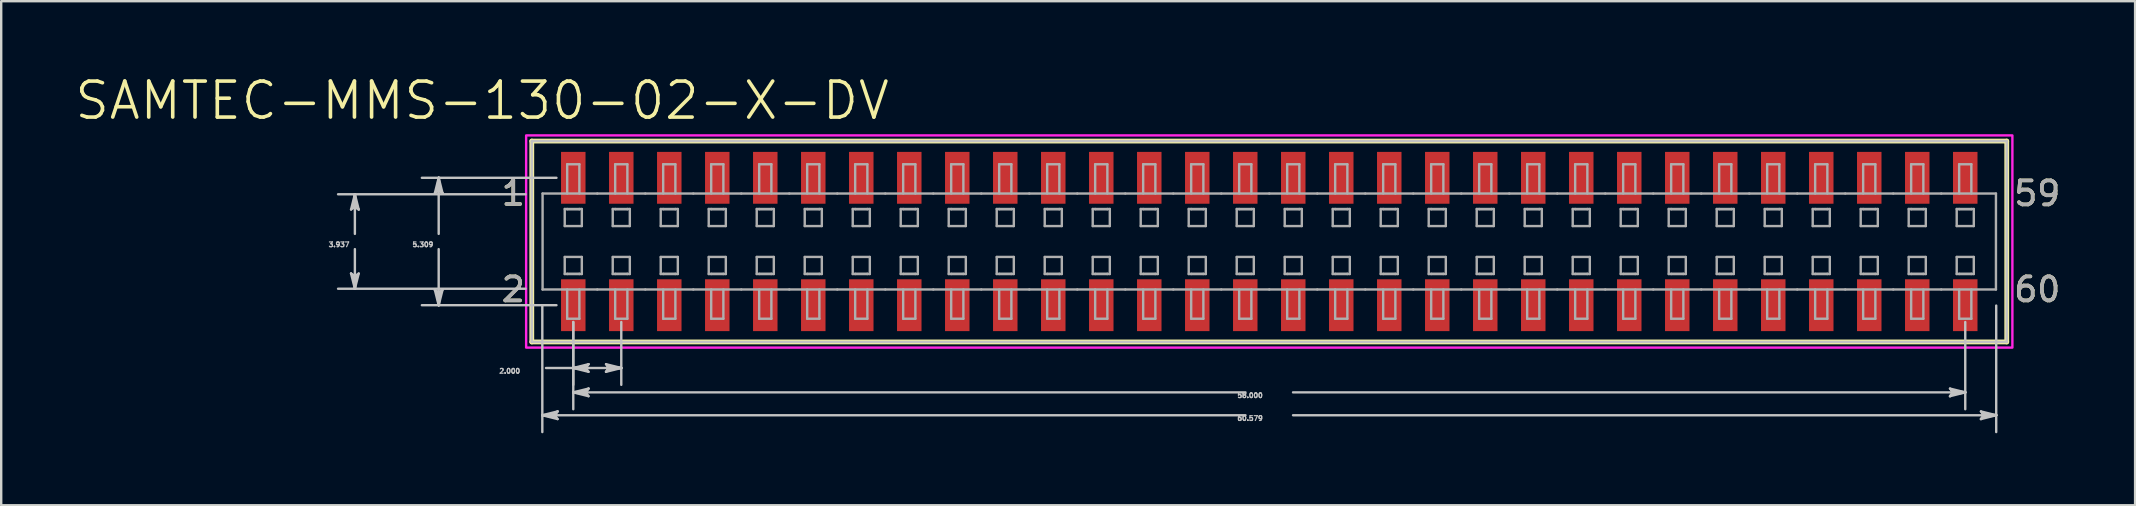
<source format=kicad_pcb>
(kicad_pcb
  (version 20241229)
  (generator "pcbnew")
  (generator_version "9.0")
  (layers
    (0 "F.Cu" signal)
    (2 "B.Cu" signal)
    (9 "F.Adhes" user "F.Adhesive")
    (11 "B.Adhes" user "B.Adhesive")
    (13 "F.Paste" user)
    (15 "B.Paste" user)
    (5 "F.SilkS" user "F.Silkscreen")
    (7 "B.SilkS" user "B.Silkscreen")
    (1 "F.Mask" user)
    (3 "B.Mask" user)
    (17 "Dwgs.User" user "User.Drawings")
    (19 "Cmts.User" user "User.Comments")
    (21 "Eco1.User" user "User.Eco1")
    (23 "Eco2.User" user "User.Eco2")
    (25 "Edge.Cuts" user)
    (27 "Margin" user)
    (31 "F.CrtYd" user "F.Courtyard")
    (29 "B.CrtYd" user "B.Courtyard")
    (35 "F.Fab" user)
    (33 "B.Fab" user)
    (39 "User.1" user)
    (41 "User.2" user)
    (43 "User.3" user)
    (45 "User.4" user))
  (footprint "SAMTEC-MMS-130-02-X-DV"
    (layer "F.Cu")
    (at 49.837 7.013)
    (property "Reference" "SAMTEC-MMS-130-02-X-DV" (at -32.797 -5.872 0) (layer "F.SilkS") (effects (font (size 1.5 1.5) (thickness 0.15))))
    (attr smd)
    (fp_poly (pts (xy -29.561 -3.785) (xy -28.439 -3.785) (xy -28.439 -1.523) (xy -29.561 -1.523)) (stroke (width 0.01) (type solid)) (fill yes) (layer "F.Mask"))
    (fp_poly (pts (xy -29.561 1.523) (xy -28.439 1.523) (xy -28.439 3.785) (xy -29.561 3.785)) (stroke (width 0.01) (type solid)) (fill yes) (layer "F.Mask"))
    (fp_poly (pts (xy -27.561 -3.785) (xy -26.439 -3.785) (xy -26.439 -1.523) (xy -27.561 -1.523)) (stroke (width 0.01) (type solid)) (fill yes) (layer "F.Mask"))
    (fp_poly (pts (xy -27.561 1.523) (xy -26.439 1.523) (xy -26.439 3.785) (xy -27.561 3.785)) (stroke (width 0.01) (type solid)) (fill yes) (layer "F.Mask"))
    (fp_poly (pts (xy -25.561 -3.785) (xy -24.439 -3.785) (xy -24.439 -1.523) (xy -25.561 -1.523)) (stroke (width 0.01) (type solid)) (fill yes) (layer "F.Mask"))
    (fp_poly (pts (xy -25.561 1.523) (xy -24.439 1.523) (xy -24.439 3.785) (xy -25.561 3.785)) (stroke (width 0.01) (type solid)) (fill yes) (layer "F.Mask"))
    (fp_poly (pts (xy -23.561 -3.785) (xy -22.439 -3.785) (xy -22.439 -1.523) (xy -23.561 -1.523)) (stroke (width 0.01) (type solid)) (fill yes) (layer "F.Mask"))
    (fp_poly (pts (xy -23.561 1.523) (xy -22.439 1.523) (xy -22.439 3.785) (xy -23.561 3.785)) (stroke (width 0.01) (type solid)) (fill yes) (layer "F.Mask"))
    (fp_poly (pts (xy -21.561 -3.785) (xy -20.439 -3.785) (xy -20.439 -1.523) (xy -21.561 -1.523)) (stroke (width 0.01) (type solid)) (fill yes) (layer "F.Mask"))
    (fp_poly (pts (xy -21.561 1.523) (xy -20.439 1.523) (xy -20.439 3.785) (xy -21.561 3.785)) (stroke (width 0.01) (type solid)) (fill yes) (layer "F.Mask"))
    (fp_poly (pts (xy -19.561 -3.785) (xy -18.439 -3.785) (xy -18.439 -1.523) (xy -19.561 -1.523)) (stroke (width 0.01) (type solid)) (fill yes) (layer "F.Mask"))
    (fp_poly (pts (xy -19.561 1.523) (xy -18.439 1.523) (xy -18.439 3.785) (xy -19.561 3.785)) (stroke (width 0.01) (type solid)) (fill yes) (layer "F.Mask"))
    (fp_poly (pts (xy -17.561 -3.785) (xy -16.439 -3.785) (xy -16.439 -1.523) (xy -17.561 -1.523)) (stroke (width 0.01) (type solid)) (fill yes) (layer "F.Mask"))
    (fp_poly (pts (xy -17.561 1.523) (xy -16.439 1.523) (xy -16.439 3.785) (xy -17.561 3.785)) (stroke (width 0.01) (type solid)) (fill yes) (layer "F.Mask"))
    (fp_poly (pts (xy -15.561 -3.785) (xy -14.439 -3.785) (xy -14.439 -1.523) (xy -15.561 -1.523)) (stroke (width 0.01) (type solid)) (fill yes) (layer "F.Mask"))
    (fp_poly (pts (xy -15.561 1.523) (xy -14.439 1.523) (xy -14.439 3.785) (xy -15.561 3.785)) (stroke (width 0.01) (type solid)) (fill yes) (layer "F.Mask"))
    (fp_poly (pts (xy -13.561 -3.785) (xy -12.439 -3.785) (xy -12.439 -1.523) (xy -13.561 -1.523)) (stroke (width 0.01) (type solid)) (fill yes) (layer "F.Mask"))
    (fp_poly (pts (xy -13.561 1.523) (xy -12.439 1.523) (xy -12.439 3.785) (xy -13.561 3.785)) (stroke (width 0.01) (type solid)) (fill yes) (layer "F.Mask"))
    (fp_poly (pts (xy -11.561 -3.785) (xy -10.439 -3.785) (xy -10.439 -1.523) (xy -11.561 -1.523)) (stroke (width 0.01) (type solid)) (fill yes) (layer "F.Mask"))
    (fp_poly (pts (xy -11.561 1.523) (xy -10.439 1.523) (xy -10.439 3.785) (xy -11.561 3.785)) (stroke (width 0.01) (type solid)) (fill yes) (layer "F.Mask"))
    (fp_poly (pts (xy -9.561 -3.785) (xy -8.439 -3.785) (xy -8.439 -1.523) (xy -9.561 -1.523)) (stroke (width 0.01) (type solid)) (fill yes) (layer "F.Mask"))
    (fp_poly (pts (xy -9.561 1.523) (xy -8.439 1.523) (xy -8.439 3.785) (xy -9.561 3.785)) (stroke (width 0.01) (type solid)) (fill yes) (layer "F.Mask"))
    (fp_poly (pts (xy -7.561 -3.785) (xy -6.439 -3.785) (xy -6.439 -1.523) (xy -7.561 -1.523)) (stroke (width 0.01) (type solid)) (fill yes) (layer "F.Mask"))
    (fp_poly (pts (xy -7.561 1.523) (xy -6.439 1.523) (xy -6.439 3.785) (xy -7.561 3.785)) (stroke (width 0.01) (type solid)) (fill yes) (layer "F.Mask"))
    (fp_poly (pts (xy -5.561 -3.785) (xy -4.439 -3.785) (xy -4.439 -1.523) (xy -5.561 -1.523)) (stroke (width 0.01) (type solid)) (fill yes) (layer "F.Mask"))
    (fp_poly (pts (xy -5.561 1.523) (xy -4.439 1.523) (xy -4.439 3.785) (xy -5.561 3.785)) (stroke (width 0.01) (type solid)) (fill yes) (layer "F.Mask"))
    (fp_poly (pts (xy -3.561 -3.785) (xy -2.439 -3.785) (xy -2.439 -1.523) (xy -3.561 -1.523)) (stroke (width 0.01) (type solid)) (fill yes) (layer "F.Mask"))
    (fp_poly (pts (xy -3.561 1.523) (xy -2.439 1.523) (xy -2.439 3.785) (xy -3.561 3.785)) (stroke (width 0.01) (type solid)) (fill yes) (layer "F.Mask"))
    (fp_poly (pts (xy -1.561 -3.785) (xy -0.439 -3.785) (xy -0.439 -1.523) (xy -1.561 -1.523)) (stroke (width 0.01) (type solid)) (fill yes) (layer "F.Mask"))
    (fp_poly (pts (xy -1.561 1.523) (xy -0.439 1.523) (xy -0.439 3.785) (xy -1.561 3.785)) (stroke (width 0.01) (type solid)) (fill yes) (layer "F.Mask"))
    (fp_poly (pts (xy 0.439 -3.785) (xy 1.561 -3.785) (xy 1.561 -1.523) (xy 0.439 -1.523)) (stroke (width 0.01) (type solid)) (fill yes) (layer "F.Mask"))
    (fp_poly (pts (xy 0.439 1.523) (xy 1.561 1.523) (xy 1.561 3.785) (xy 0.439 3.785)) (stroke (width 0.01) (type solid)) (fill yes) (layer "F.Mask"))
    (fp_poly (pts (xy 2.439 -3.785) (xy 3.561 -3.785) (xy 3.561 -1.523) (xy 2.439 -1.523)) (stroke (width 0.01) (type solid)) (fill yes) (layer "F.Mask"))
    (fp_poly (pts (xy 2.439 1.523) (xy 3.561 1.523) (xy 3.561 3.785) (xy 2.439 3.785)) (stroke (width 0.01) (type solid)) (fill yes) (layer "F.Mask"))
    (fp_poly (pts (xy 4.439 -3.785) (xy 5.561 -3.785) (xy 5.561 -1.523) (xy 4.439 -1.523)) (stroke (width 0.01) (type solid)) (fill yes) (layer "F.Mask"))
    (fp_poly (pts (xy 4.439 1.523) (xy 5.561 1.523) (xy 5.561 3.785) (xy 4.439 3.785)) (stroke (width 0.01) (type solid)) (fill yes) (layer "F.Mask"))
    (fp_poly (pts (xy 6.439 -3.785) (xy 7.561 -3.785) (xy 7.561 -1.523) (xy 6.439 -1.523)) (stroke (width 0.01) (type solid)) (fill yes) (layer "F.Mask"))
    (fp_poly (pts (xy 6.439 1.523) (xy 7.561 1.523) (xy 7.561 3.785) (xy 6.439 3.785)) (stroke (width 0.01) (type solid)) (fill yes) (layer "F.Mask"))
    (fp_poly (pts (xy 8.439 -3.785) (xy 9.561 -3.785) (xy 9.561 -1.523) (xy 8.439 -1.523)) (stroke (width 0.01) (type solid)) (fill yes) (layer "F.Mask"))
    (fp_poly (pts (xy 8.439 1.523) (xy 9.561 1.523) (xy 9.561 3.785) (xy 8.439 3.785)) (stroke (width 0.01) (type solid)) (fill yes) (layer "F.Mask"))
    (fp_poly (pts (xy 10.439 -3.785) (xy 11.561 -3.785) (xy 11.561 -1.523) (xy 10.439 -1.523)) (stroke (width 0.01) (type solid)) (fill yes) (layer "F.Mask"))
    (fp_poly (pts (xy 10.439 1.523) (xy 11.561 1.523) (xy 11.561 3.785) (xy 10.439 3.785)) (stroke (width 0.01) (type solid)) (fill yes) (layer "F.Mask"))
    (fp_poly (pts (xy 12.439 -3.785) (xy 13.561 -3.785) (xy 13.561 -1.523) (xy 12.439 -1.523)) (stroke (width 0.01) (type solid)) (fill yes) (layer "F.Mask"))
    (fp_poly (pts (xy 12.439 1.523) (xy 13.561 1.523) (xy 13.561 3.785) (xy 12.439 3.785)) (stroke (width 0.01) (type solid)) (fill yes) (layer "F.Mask"))
    (fp_poly (pts (xy 14.439 -3.785) (xy 15.561 -3.785) (xy 15.561 -1.523) (xy 14.439 -1.523)) (stroke (width 0.01) (type solid)) (fill yes) (layer "F.Mask"))
    (fp_poly (pts (xy 14.439 1.523) (xy 15.561 1.523) (xy 15.561 3.785) (xy 14.439 3.785)) (stroke (width 0.01) (type solid)) (fill yes) (layer "F.Mask"))
    (fp_poly (pts (xy 16.439 -3.785) (xy 17.561 -3.785) (xy 17.561 -1.523) (xy 16.439 -1.523)) (stroke (width 0.01) (type solid)) (fill yes) (layer "F.Mask"))
    (fp_poly (pts (xy 16.439 1.523) (xy 17.561 1.523) (xy 17.561 3.785) (xy 16.439 3.785)) (stroke (width 0.01) (type solid)) (fill yes) (layer "F.Mask"))
    (fp_poly (pts (xy 18.439 -3.785) (xy 19.561 -3.785) (xy 19.561 -1.523) (xy 18.439 -1.523)) (stroke (width 0.01) (type solid)) (fill yes) (layer "F.Mask"))
    (fp_poly (pts (xy 18.439 1.523) (xy 19.561 1.523) (xy 19.561 3.785) (xy 18.439 3.785)) (stroke (width 0.01) (type solid)) (fill yes) (layer "F.Mask"))
    (fp_poly (pts (xy 20.439 -3.785) (xy 21.561 -3.785) (xy 21.561 -1.523) (xy 20.439 -1.523)) (stroke (width 0.01) (type solid)) (fill yes) (layer "F.Mask"))
    (fp_poly (pts (xy 20.439 1.523) (xy 21.561 1.523) (xy 21.561 3.785) (xy 20.439 3.785)) (stroke (width 0.01) (type solid)) (fill yes) (layer "F.Mask"))
    (fp_poly (pts (xy 22.439 -3.785) (xy 23.561 -3.785) (xy 23.561 -1.523) (xy 22.439 -1.523)) (stroke (width 0.01) (type solid)) (fill yes) (layer "F.Mask"))
    (fp_poly (pts (xy 22.439 1.523) (xy 23.561 1.523) (xy 23.561 3.785) (xy 22.439 3.785)) (stroke (width 0.01) (type solid)) (fill yes) (layer "F.Mask"))
    (fp_poly (pts (xy 24.439 -3.785) (xy 25.561 -3.785) (xy 25.561 -1.523) (xy 24.439 -1.523)) (stroke (width 0.01) (type solid)) (fill yes) (layer "F.Mask"))
    (fp_poly (pts (xy 24.439 1.523) (xy 25.561 1.523) (xy 25.561 3.785) (xy 24.439 3.785)) (stroke (width 0.01) (type solid)) (fill yes) (layer "F.Mask"))
    (fp_poly (pts (xy 26.439 -3.785) (xy 27.561 -3.785) (xy 27.561 -1.523) (xy 26.439 -1.523)) (stroke (width 0.01) (type solid)) (fill yes) (layer "F.Mask"))
    (fp_poly (pts (xy 26.439 1.523) (xy 27.561 1.523) (xy 27.561 3.785) (xy 26.439 3.785)) (stroke (width 0.01) (type solid)) (fill yes) (layer "F.Mask"))
    (fp_poly (pts (xy 28.439 -3.785) (xy 29.561 -3.785) (xy 29.561 -1.523) (xy 28.439 -1.523)) (stroke (width 0.01) (type solid)) (fill yes) (layer "F.Mask"))
    (fp_poly (pts (xy 28.439 1.523) (xy 29.561 1.523) (xy 29.561 3.785) (xy 28.439 3.785)) (stroke (width 0.01) (type solid)) (fill yes) (layer "F.Mask"))
    (fp_line (start -30.729 -4.185) (end -30.729 4.185) (stroke (width 0.2) (type solid)) (layer "F.SilkS"))
    (fp_line (start -30.729 4.185) (end 30.729 4.185) (stroke (width 0.2) (type solid)) (layer "F.SilkS"))
    (fp_line (start 30.729 -4.185) (end -30.729 -4.185) (stroke (width 0.2) (type solid)) (layer "F.SilkS"))
    (fp_line (start 30.729 4.185) (end 30.729 -4.185) (stroke (width 0.2) (type solid)) (layer "F.SilkS"))
    (fp_poly (pts (xy -29.51 -3.734) (xy -28.49 -3.734) (xy -28.49 -1.574) (xy -29.51 -1.574)) (stroke (width 0.01) (type solid)) (fill yes) (layer "F.Paste"))
    (fp_poly (pts (xy -29.51 1.574) (xy -28.49 1.574) (xy -28.49 3.734) (xy -29.51 3.734)) (stroke (width 0.01) (type solid)) (fill yes) (layer "F.Paste"))
    (fp_poly (pts (xy -27.51 -3.734) (xy -26.49 -3.734) (xy -26.49 -1.574) (xy -27.51 -1.574)) (stroke (width 0.01) (type solid)) (fill yes) (layer "F.Paste"))
    (fp_poly (pts (xy -27.51 1.574) (xy -26.49 1.574) (xy -26.49 3.734) (xy -27.51 3.734)) (stroke (width 0.01) (type solid)) (fill yes) (layer "F.Paste"))
    (fp_poly (pts (xy -25.51 -3.734) (xy -24.49 -3.734) (xy -24.49 -1.574) (xy -25.51 -1.574)) (stroke (width 0.01) (type solid)) (fill yes) (layer "F.Paste"))
    (fp_poly (pts (xy -25.51 1.574) (xy -24.49 1.574) (xy -24.49 3.734) (xy -25.51 3.734)) (stroke (width 0.01) (type solid)) (fill yes) (layer "F.Paste"))
    (fp_poly (pts (xy -23.51 -3.734) (xy -22.49 -3.734) (xy -22.49 -1.574) (xy -23.51 -1.574)) (stroke (width 0.01) (type solid)) (fill yes) (layer "F.Paste"))
    (fp_poly (pts (xy -23.51 1.574) (xy -22.49 1.574) (xy -22.49 3.734) (xy -23.51 3.734)) (stroke (width 0.01) (type solid)) (fill yes) (layer "F.Paste"))
    (fp_poly (pts (xy -21.51 -3.734) (xy -20.49 -3.734) (xy -20.49 -1.574) (xy -21.51 -1.574)) (stroke (width 0.01) (type solid)) (fill yes) (layer "F.Paste"))
    (fp_poly (pts (xy -21.51 1.574) (xy -20.49 1.574) (xy -20.49 3.734) (xy -21.51 3.734)) (stroke (width 0.01) (type solid)) (fill yes) (layer "F.Paste"))
    (fp_poly (pts (xy -19.51 -3.734) (xy -18.49 -3.734) (xy -18.49 -1.574) (xy -19.51 -1.574)) (stroke (width 0.01) (type solid)) (fill yes) (layer "F.Paste"))
    (fp_poly (pts (xy -19.51 1.574) (xy -18.49 1.574) (xy -18.49 3.734) (xy -19.51 3.734)) (stroke (width 0.01) (type solid)) (fill yes) (layer "F.Paste"))
    (fp_poly (pts (xy -17.51 -3.734) (xy -16.49 -3.734) (xy -16.49 -1.574) (xy -17.51 -1.574)) (stroke (width 0.01) (type solid)) (fill yes) (layer "F.Paste"))
    (fp_poly (pts (xy -17.51 1.574) (xy -16.49 1.574) (xy -16.49 3.734) (xy -17.51 3.734)) (stroke (width 0.01) (type solid)) (fill yes) (layer "F.Paste"))
    (fp_poly (pts (xy -15.51 -3.734) (xy -14.49 -3.734) (xy -14.49 -1.574) (xy -15.51 -1.574)) (stroke (width 0.01) (type solid)) (fill yes) (layer "F.Paste"))
    (fp_poly (pts (xy -15.51 1.574) (xy -14.49 1.574) (xy -14.49 3.734) (xy -15.51 3.734)) (stroke (width 0.01) (type solid)) (fill yes) (layer "F.Paste"))
    (fp_poly (pts (xy -13.51 -3.734) (xy -12.49 -3.734) (xy -12.49 -1.574) (xy -13.51 -1.574)) (stroke (width 0.01) (type solid)) (fill yes) (layer "F.Paste"))
    (fp_poly (pts (xy -13.51 1.574) (xy -12.49 1.574) (xy -12.49 3.734) (xy -13.51 3.734)) (stroke (width 0.01) (type solid)) (fill yes) (layer "F.Paste"))
    (fp_poly (pts (xy -11.51 -3.734) (xy -10.49 -3.734) (xy -10.49 -1.574) (xy -11.51 -1.574)) (stroke (width 0.01) (type solid)) (fill yes) (layer "F.Paste"))
    (fp_poly (pts (xy -11.51 1.574) (xy -10.49 1.574) (xy -10.49 3.734) (xy -11.51 3.734)) (stroke (width 0.01) (type solid)) (fill yes) (layer "F.Paste"))
    (fp_poly (pts (xy -9.51 -3.734) (xy -8.49 -3.734) (xy -8.49 -1.574) (xy -9.51 -1.574)) (stroke (width 0.01) (type solid)) (fill yes) (layer "F.Paste"))
    (fp_poly (pts (xy -9.51 1.574) (xy -8.49 1.574) (xy -8.49 3.734) (xy -9.51 3.734)) (stroke (width 0.01) (type solid)) (fill yes) (layer "F.Paste"))
    (fp_poly (pts (xy -7.51 -3.734) (xy -6.49 -3.734) (xy -6.49 -1.574) (xy -7.51 -1.574)) (stroke (width 0.01) (type solid)) (fill yes) (layer "F.Paste"))
    (fp_poly (pts (xy -7.51 1.574) (xy -6.49 1.574) (xy -6.49 3.734) (xy -7.51 3.734)) (stroke (width 0.01) (type solid)) (fill yes) (layer "F.Paste"))
    (fp_poly (pts (xy -5.51 -3.734) (xy -4.49 -3.734) (xy -4.49 -1.574) (xy -5.51 -1.574)) (stroke (width 0.01) (type solid)) (fill yes) (layer "F.Paste"))
    (fp_poly (pts (xy -5.51 1.574) (xy -4.49 1.574) (xy -4.49 3.734) (xy -5.51 3.734)) (stroke (width 0.01) (type solid)) (fill yes) (layer "F.Paste"))
    (fp_poly (pts (xy -3.51 -3.734) (xy -2.49 -3.734) (xy -2.49 -1.574) (xy -3.51 -1.574)) (stroke (width 0.01) (type solid)) (fill yes) (layer "F.Paste"))
    (fp_poly (pts (xy -3.51 1.574) (xy -2.49 1.574) (xy -2.49 3.734) (xy -3.51 3.734)) (stroke (width 0.01) (type solid)) (fill yes) (layer "F.Paste"))
    (fp_poly (pts (xy -1.51 -3.734) (xy -0.49 -3.734) (xy -0.49 -1.574) (xy -1.51 -1.574)) (stroke (width 0.01) (type solid)) (fill yes) (layer "F.Paste"))
    (fp_poly (pts (xy -1.51 1.574) (xy -0.49 1.574) (xy -0.49 3.734) (xy -1.51 3.734)) (stroke (width 0.01) (type solid)) (fill yes) (layer "F.Paste"))
    (fp_poly (pts (xy 0.49 -3.734) (xy 1.51 -3.734) (xy 1.51 -1.574) (xy 0.49 -1.574)) (stroke (width 0.01) (type solid)) (fill yes) (layer "F.Paste"))
    (fp_poly (pts (xy 0.49 1.574) (xy 1.51 1.574) (xy 1.51 3.734) (xy 0.49 3.734)) (stroke (width 0.01) (type solid)) (fill yes) (layer "F.Paste"))
    (fp_poly (pts (xy 2.49 -3.734) (xy 3.51 -3.734) (xy 3.51 -1.574) (xy 2.49 -1.574)) (stroke (width 0.01) (type solid)) (fill yes) (layer "F.Paste"))
    (fp_poly (pts (xy 2.49 1.574) (xy 3.51 1.574) (xy 3.51 3.734) (xy 2.49 3.734)) (stroke (width 0.01) (type solid)) (fill yes) (layer "F.Paste"))
    (fp_poly (pts (xy 4.49 -3.734) (xy 5.51 -3.734) (xy 5.51 -1.574) (xy 4.49 -1.574)) (stroke (width 0.01) (type solid)) (fill yes) (layer "F.Paste"))
    (fp_poly (pts (xy 4.49 1.574) (xy 5.51 1.574) (xy 5.51 3.734) (xy 4.49 3.734)) (stroke (width 0.01) (type solid)) (fill yes) (layer "F.Paste"))
    (fp_poly (pts (xy 6.49 -3.734) (xy 7.51 -3.734) (xy 7.51 -1.574) (xy 6.49 -1.574)) (stroke (width 0.01) (type solid)) (fill yes) (layer "F.Paste"))
    (fp_poly (pts (xy 6.49 1.574) (xy 7.51 1.574) (xy 7.51 3.734) (xy 6.49 3.734)) (stroke (width 0.01) (type solid)) (fill yes) (layer "F.Paste"))
    (fp_poly (pts (xy 8.49 -3.734) (xy 9.51 -3.734) (xy 9.51 -1.574) (xy 8.49 -1.574)) (stroke (width 0.01) (type solid)) (fill yes) (layer "F.Paste"))
    (fp_poly (pts (xy 8.49 1.574) (xy 9.51 1.574) (xy 9.51 3.734) (xy 8.49 3.734)) (stroke (width 0.01) (type solid)) (fill yes) (layer "F.Paste"))
    (fp_poly (pts (xy 10.49 -3.734) (xy 11.51 -3.734) (xy 11.51 -1.574) (xy 10.49 -1.574)) (stroke (width 0.01) (type solid)) (fill yes) (layer "F.Paste"))
    (fp_poly (pts (xy 10.49 1.574) (xy 11.51 1.574) (xy 11.51 3.734) (xy 10.49 3.734)) (stroke (width 0.01) (type solid)) (fill yes) (layer "F.Paste"))
    (fp_poly (pts (xy 12.49 -3.734) (xy 13.51 -3.734) (xy 13.51 -1.574) (xy 12.49 -1.574)) (stroke (width 0.01) (type solid)) (fill yes) (layer "F.Paste"))
    (fp_poly (pts (xy 12.49 1.574) (xy 13.51 1.574) (xy 13.51 3.734) (xy 12.49 3.734)) (stroke (width 0.01) (type solid)) (fill yes) (layer "F.Paste"))
    (fp_poly (pts (xy 14.49 -3.734) (xy 15.51 -3.734) (xy 15.51 -1.574) (xy 14.49 -1.574)) (stroke (width 0.01) (type solid)) (fill yes) (layer "F.Paste"))
    (fp_poly (pts (xy 14.49 1.574) (xy 15.51 1.574) (xy 15.51 3.734) (xy 14.49 3.734)) (stroke (width 0.01) (type solid)) (fill yes) (layer "F.Paste"))
    (fp_poly (pts (xy 16.49 -3.734) (xy 17.51 -3.734) (xy 17.51 -1.574) (xy 16.49 -1.574)) (stroke (width 0.01) (type solid)) (fill yes) (layer "F.Paste"))
    (fp_poly (pts (xy 16.49 1.574) (xy 17.51 1.574) (xy 17.51 3.734) (xy 16.49 3.734)) (stroke (width 0.01) (type solid)) (fill yes) (layer "F.Paste"))
    (fp_poly (pts (xy 18.49 -3.734) (xy 19.51 -3.734) (xy 19.51 -1.574) (xy 18.49 -1.574)) (stroke (width 0.01) (type solid)) (fill yes) (layer "F.Paste"))
    (fp_poly (pts (xy 18.49 1.574) (xy 19.51 1.574) (xy 19.51 3.734) (xy 18.49 3.734)) (stroke (width 0.01) (type solid)) (fill yes) (layer "F.Paste"))
    (fp_poly (pts (xy 20.49 -3.734) (xy 21.51 -3.734) (xy 21.51 -1.574) (xy 20.49 -1.574)) (stroke (width 0.01) (type solid)) (fill yes) (layer "F.Paste"))
    (fp_poly (pts (xy 20.49 1.574) (xy 21.51 1.574) (xy 21.51 3.734) (xy 20.49 3.734)) (stroke (width 0.01) (type solid)) (fill yes) (layer "F.Paste"))
    (fp_poly (pts (xy 22.49 -3.734) (xy 23.51 -3.734) (xy 23.51 -1.574) (xy 22.49 -1.574)) (stroke (width 0.01) (type solid)) (fill yes) (layer "F.Paste"))
    (fp_poly (pts (xy 22.49 1.574) (xy 23.51 1.574) (xy 23.51 3.734) (xy 22.49 3.734)) (stroke (width 0.01) (type solid)) (fill yes) (layer "F.Paste"))
    (fp_poly (pts (xy 24.49 -3.734) (xy 25.51 -3.734) (xy 25.51 -1.574) (xy 24.49 -1.574)) (stroke (width 0.01) (type solid)) (fill yes) (layer "F.Paste"))
    (fp_poly (pts (xy 24.49 1.574) (xy 25.51 1.574) (xy 25.51 3.734) (xy 24.49 3.734)) (stroke (width 0.01) (type solid)) (fill yes) (layer "F.Paste"))
    (fp_poly (pts (xy 26.49 -3.734) (xy 27.51 -3.734) (xy 27.51 -1.574) (xy 26.49 -1.574)) (stroke (width 0.01) (type solid)) (fill yes) (layer "F.Paste"))
    (fp_poly (pts (xy 26.49 1.574) (xy 27.51 1.574) (xy 27.51 3.734) (xy 26.49 3.734)) (stroke (width 0.01) (type solid)) (fill yes) (layer "F.Paste"))
    (fp_poly (pts (xy 28.49 -3.734) (xy 29.51 -3.734) (xy 29.51 -1.574) (xy 28.49 -1.574)) (stroke (width 0.01) (type solid)) (fill yes) (layer "F.Paste"))
    (fp_poly (pts (xy 28.49 1.574) (xy 29.51 1.574) (xy 29.51 3.734) (xy 28.49 3.734)) (stroke (width 0.01) (type solid)) (fill yes) (layer "F.Paste"))
    (fp_line (start -38.259 -1.334) (end -38.1 -1.46) (stroke (width 0.1) (type solid)) (layer "Dwgs.User"))
    (fp_line (start -38.259 1.334) (end -38.1 1.968) (stroke (width 0.1) (type solid)) (layer "Dwgs.User"))
    (fp_line (start -38.179 -1.397) (end -38.1 -1.46) (stroke (width 0.1) (type solid)) (layer "Dwgs.User"))
    (fp_line (start -38.179 1.397) (end -38.259 1.334) (stroke (width 0.1) (type solid)) (layer "Dwgs.User"))
    (fp_line (start -38.1 -1.968) (end -38.259 -1.334) (stroke (width 0.1) (type solid)) (layer "Dwgs.User"))
    (fp_line (start -38.1 -1.968) (end -38.179 -1.397) (stroke (width 0.1) (type solid)) (layer "Dwgs.User"))
    (fp_line (start -38.1 -1.968) (end -38.021 -1.397) (stroke (width 0.1) (type solid)) (layer "Dwgs.User"))
    (fp_line (start -38.1 -1.46) (end -38.1 -1.968) (stroke (width 0.1) (type solid)) (layer "Dwgs.User"))
    (fp_line (start -38.1 -1.46) (end -37.941 -1.334) (stroke (width 0.1) (type solid)) (layer "Dwgs.User"))
    (fp_line (start -38.1 -0.318) (end -38.1 -1.968) (stroke (width 0.1) (type solid)) (layer "Dwgs.User"))
    (fp_line (start -38.1 0.318) (end -38.1 1.968) (stroke (width 0.1) (type solid)) (layer "Dwgs.User"))
    (fp_line (start -38.1 1.46) (end -38.259 1.334) (stroke (width 0.1) (type solid)) (layer "Dwgs.User"))
    (fp_line (start -38.1 1.46) (end -38.1 1.968) (stroke (width 0.1) (type solid)) (layer "Dwgs.User"))
    (fp_line (start -38.1 1.968) (end -38.179 1.397) (stroke (width 0.1) (type solid)) (layer "Dwgs.User"))
    (fp_line (start -38.1 1.968) (end -38.021 1.397) (stroke (width 0.1) (type solid)) (layer "Dwgs.User"))
    (fp_line (start -38.1 1.968) (end -37.941 1.334) (stroke (width 0.1) (type solid)) (layer "Dwgs.User"))
    (fp_line (start -38.021 -1.397) (end -37.941 -1.334) (stroke (width 0.1) (type solid)) (layer "Dwgs.User"))
    (fp_line (start -38.021 1.397) (end -38.1 1.46) (stroke (width 0.1) (type solid)) (layer "Dwgs.User"))
    (fp_line (start -37.941 -1.334) (end -38.1 -1.968) (stroke (width 0.1) (type solid)) (layer "Dwgs.User"))
    (fp_line (start -37.941 1.334) (end -38.1 1.46) (stroke (width 0.1) (type solid)) (layer "Dwgs.User"))
    (fp_line (start -34.766 -2.019) (end -34.608 -2.146) (stroke (width 0.1) (type solid)) (layer "Dwgs.User"))
    (fp_line (start -34.766 2.019) (end -34.608 2.654) (stroke (width 0.1) (type solid)) (layer "Dwgs.User"))
    (fp_line (start -34.687 -2.083) (end -34.608 -2.146) (stroke (width 0.1) (type solid)) (layer "Dwgs.User"))
    (fp_line (start -34.687 2.083) (end -34.766 2.019) (stroke (width 0.1) (type solid)) (layer "Dwgs.User"))
    (fp_line (start -34.608 -2.654) (end -34.766 -2.019) (stroke (width 0.1) (type solid)) (layer "Dwgs.User"))
    (fp_line (start -34.608 -2.654) (end -34.687 -2.083) (stroke (width 0.1) (type solid)) (layer "Dwgs.User"))
    (fp_line (start -34.608 -2.654) (end -34.528 -2.083) (stroke (width 0.1) (type solid)) (layer "Dwgs.User"))
    (fp_line (start -34.608 -2.146) (end -34.608 -2.654) (stroke (width 0.1) (type solid)) (layer "Dwgs.User"))
    (fp_line (start -34.608 -2.146) (end -34.449 -2.019) (stroke (width 0.1) (type solid)) (layer "Dwgs.User"))
    (fp_line (start -34.608 -0.318) (end -34.608 -2.654) (stroke (width 0.1) (type solid)) (layer "Dwgs.User"))
    (fp_line (start -34.608 0.318) (end -34.608 2.654) (stroke (width 0.1) (type solid)) (layer "Dwgs.User"))
    (fp_line (start -34.608 2.146) (end -34.766 2.019) (stroke (width 0.1) (type solid)) (layer "Dwgs.User"))
    (fp_line (start -34.608 2.146) (end -34.608 2.654) (stroke (width 0.1) (type solid)) (layer "Dwgs.User"))
    (fp_line (start -34.608 2.654) (end -34.687 2.083) (stroke (width 0.1) (type solid)) (layer "Dwgs.User"))
    (fp_line (start -34.608 2.654) (end -34.528 2.083) (stroke (width 0.1) (type solid)) (layer "Dwgs.User"))
    (fp_line (start -34.608 2.654) (end -34.449 2.019) (stroke (width 0.1) (type solid)) (layer "Dwgs.User"))
    (fp_line (start -34.528 -2.083) (end -34.449 -2.019) (stroke (width 0.1) (type solid)) (layer "Dwgs.User"))
    (fp_line (start -34.528 2.083) (end -34.608 2.146) (stroke (width 0.1) (type solid)) (layer "Dwgs.User"))
    (fp_line (start -34.449 -2.019) (end -34.608 -2.654) (stroke (width 0.1) (type solid)) (layer "Dwgs.User"))
    (fp_line (start -34.449 2.019) (end -34.608 2.146) (stroke (width 0.1) (type solid)) (layer "Dwgs.User"))
    (fp_line (start -30.991 -1.968) (end -38.801 -1.968) (stroke (width 0.1) (type solid)) (layer "Dwgs.User"))
    (fp_line (start -30.991 1.968) (end -38.801 1.968) (stroke (width 0.1) (type solid)) (layer "Dwgs.User"))
    (fp_line (start -30.729 -4.185) (end -30.729 4.185) (stroke (width 0.1) (type solid)) (layer "Dwgs.User"))
    (fp_line (start -30.729 4.185) (end 30.729 4.185) (stroke (width 0.1) (type solid)) (layer "Dwgs.User"))
    (fp_line (start -30.29 2.67) (end -30.29 7.94) (stroke (width 0.1) (type solid)) (layer "Dwgs.User"))
    (fp_line (start -30.29 7.239) (end -29.718 7.16) (stroke (width 0.1) (type solid)) (layer "Dwgs.User"))
    (fp_line (start -30.29 7.239) (end -29.718 7.318) (stroke (width 0.1) (type solid)) (layer "Dwgs.User"))
    (fp_line (start -30.29 7.239) (end -29.654 7.398) (stroke (width 0.1) (type solid)) (layer "Dwgs.User"))
    (fp_line (start -30.137 5.27) (end -29 5.27) (stroke (width 0.1) (type solid)) (layer "Dwgs.User"))
    (fp_line (start -29.782 7.239) (end -30.29 7.239) (stroke (width 0.1) (type solid)) (layer "Dwgs.User"))
    (fp_line (start -29.782 7.239) (end -29.654 7.08) (stroke (width 0.1) (type solid)) (layer "Dwgs.User"))
    (fp_line (start -29.718 7.16) (end -29.654 7.08) (stroke (width 0.1) (type solid)) (layer "Dwgs.User"))
    (fp_line (start -29.718 7.318) (end -29.782 7.239) (stroke (width 0.1) (type solid)) (layer "Dwgs.User"))
    (fp_line (start -29.701 -2.654) (end -35.309 -2.654) (stroke (width 0.1) (type solid)) (layer "Dwgs.User"))
    (fp_line (start -29.701 2.654) (end -35.309 2.654) (stroke (width 0.1) (type solid)) (layer "Dwgs.User"))
    (fp_line (start -29.654 7.08) (end -30.29 7.239) (stroke (width 0.1) (type solid)) (layer "Dwgs.User"))
    (fp_line (start -29.654 7.398) (end -29.782 7.239) (stroke (width 0.1) (type solid)) (layer "Dwgs.User"))
    (fp_line (start -29 3.355) (end -29 5.972) (stroke (width 0.1) (type solid)) (layer "Dwgs.User"))
    (fp_line (start -29 3.355) (end -29 6.988) (stroke (width 0.1) (type solid)) (layer "Dwgs.User"))
    (fp_line (start -29 5.27) (end -28.428 5.191) (stroke (width 0.1) (type solid)) (layer "Dwgs.User"))
    (fp_line (start -29 5.27) (end -28.428 5.35) (stroke (width 0.1) (type solid)) (layer "Dwgs.User"))
    (fp_line (start -29 5.27) (end -28.365 5.429) (stroke (width 0.1) (type solid)) (layer "Dwgs.User"))
    (fp_line (start -29 5.27) (end -27 5.27) (stroke (width 0.1) (type solid)) (layer "Dwgs.User"))
    (fp_line (start -29 6.286) (end -28.428 6.207) (stroke (width 0.1) (type solid)) (layer "Dwgs.User"))
    (fp_line (start -29 6.286) (end -28.428 6.366) (stroke (width 0.1) (type solid)) (layer "Dwgs.User"))
    (fp_line (start -29 6.286) (end -28.365 6.445) (stroke (width 0.1) (type solid)) (layer "Dwgs.User"))
    (fp_line (start -28.492 5.27) (end -29 5.27) (stroke (width 0.1) (type solid)) (layer "Dwgs.User"))
    (fp_line (start -28.492 5.27) (end -28.365 5.112) (stroke (width 0.1) (type solid)) (layer "Dwgs.User"))
    (fp_line (start -28.492 6.286) (end -29 6.286) (stroke (width 0.1) (type solid)) (layer "Dwgs.User"))
    (fp_line (start -28.492 6.286) (end -28.365 6.128) (stroke (width 0.1) (type solid)) (layer "Dwgs.User"))
    (fp_line (start -28.428 5.191) (end -28.365 5.112) (stroke (width 0.1) (type solid)) (layer "Dwgs.User"))
    (fp_line (start -28.428 5.35) (end -28.492 5.27) (stroke (width 0.1) (type solid)) (layer "Dwgs.User"))
    (fp_line (start -28.428 6.207) (end -28.365 6.128) (stroke (width 0.1) (type solid)) (layer "Dwgs.User"))
    (fp_line (start -28.428 6.366) (end -28.492 6.286) (stroke (width 0.1) (type solid)) (layer "Dwgs.User"))
    (fp_line (start -28.365 5.112) (end -29 5.27) (stroke (width 0.1) (type solid)) (layer "Dwgs.User"))
    (fp_line (start -28.365 5.429) (end -28.492 5.27) (stroke (width 0.1) (type solid)) (layer "Dwgs.User"))
    (fp_line (start -28.365 6.128) (end -29 6.286) (stroke (width 0.1) (type solid)) (layer "Dwgs.User"))
    (fp_line (start -28.365 6.445) (end -28.492 6.286) (stroke (width 0.1) (type solid)) (layer "Dwgs.User"))
    (fp_line (start -27.635 5.112) (end -27.508 5.27) (stroke (width 0.1) (type solid)) (layer "Dwgs.User"))
    (fp_line (start -27.635 5.429) (end -27 5.27) (stroke (width 0.1) (type solid)) (layer "Dwgs.User"))
    (fp_line (start -27.571 5.191) (end -27.508 5.27) (stroke (width 0.1) (type solid)) (layer "Dwgs.User"))
    (fp_line (start -27.571 5.35) (end -27.635 5.429) (stroke (width 0.1) (type solid)) (layer "Dwgs.User"))
    (fp_line (start -27.508 5.27) (end -27.635 5.429) (stroke (width 0.1) (type solid)) (layer "Dwgs.User"))
    (fp_line (start -27.508 5.27) (end -27 5.27) (stroke (width 0.1) (type solid)) (layer "Dwgs.User"))
    (fp_line (start -27 3.355) (end -27 5.972) (stroke (width 0.1) (type solid)) (layer "Dwgs.User"))
    (fp_line (start -27 5.27) (end -27.635 5.112) (stroke (width 0.1) (type solid)) (layer "Dwgs.User"))
    (fp_line (start -27 5.27) (end -27.571 5.191) (stroke (width 0.1) (type solid)) (layer "Dwgs.User"))
    (fp_line (start -27 5.27) (end -27.571 5.35) (stroke (width 0.1) (type solid)) (layer "Dwgs.User"))
    (fp_line (start -0.991 6.286) (end -29 6.286) (stroke (width 0.1) (type solid)) (layer "Dwgs.User"))
    (fp_line (start -0.991 7.239) (end -30.29 7.239) (stroke (width 0.1) (type solid)) (layer "Dwgs.User"))
    (fp_line (start 0.991 6.286) (end 29 6.286) (stroke (width 0.1) (type solid)) (layer "Dwgs.User"))
    (fp_line (start 0.991 7.239) (end 30.29 7.239) (stroke (width 0.1) (type solid)) (layer "Dwgs.User"))
    (fp_line (start 28.365 6.128) (end 28.492 6.286) (stroke (width 0.1) (type solid)) (layer "Dwgs.User"))
    (fp_line (start 28.365 6.445) (end 29 6.286) (stroke (width 0.1) (type solid)) (layer "Dwgs.User"))
    (fp_line (start 28.428 6.207) (end 28.492 6.286) (stroke (width 0.1) (type solid)) (layer "Dwgs.User"))
    (fp_line (start 28.428 6.366) (end 28.365 6.445) (stroke (width 0.1) (type solid)) (layer "Dwgs.User"))
    (fp_line (start 28.492 6.286) (end 28.365 6.445) (stroke (width 0.1) (type solid)) (layer "Dwgs.User"))
    (fp_line (start 28.492 6.286) (end 29 6.286) (stroke (width 0.1) (type solid)) (layer "Dwgs.User"))
    (fp_line (start 29 3.355) (end 29 6.988) (stroke (width 0.1) (type solid)) (layer "Dwgs.User"))
    (fp_line (start 29 6.286) (end 28.365 6.128) (stroke (width 0.1) (type solid)) (layer "Dwgs.User"))
    (fp_line (start 29 6.286) (end 28.428 6.207) (stroke (width 0.1) (type solid)) (layer "Dwgs.User"))
    (fp_line (start 29 6.286) (end 28.428 6.366) (stroke (width 0.1) (type solid)) (layer "Dwgs.User"))
    (fp_line (start 29.654 7.08) (end 29.782 7.239) (stroke (width 0.1) (type solid)) (layer "Dwgs.User"))
    (fp_line (start 29.654 7.398) (end 30.29 7.239) (stroke (width 0.1) (type solid)) (layer "Dwgs.User"))
    (fp_line (start 29.718 7.16) (end 29.782 7.239) (stroke (width 0.1) (type solid)) (layer "Dwgs.User"))
    (fp_line (start 29.718 7.318) (end 29.654 7.398) (stroke (width 0.1) (type solid)) (layer "Dwgs.User"))
    (fp_line (start 29.782 7.239) (end 29.654 7.398) (stroke (width 0.1) (type solid)) (layer "Dwgs.User"))
    (fp_line (start 29.782 7.239) (end 30.29 7.239) (stroke (width 0.1) (type solid)) (layer "Dwgs.User"))
    (fp_line (start 30.29 2.67) (end 30.29 7.94) (stroke (width 0.1) (type solid)) (layer "Dwgs.User"))
    (fp_line (start 30.29 7.239) (end 29.654 7.08) (stroke (width 0.1) (type solid)) (layer "Dwgs.User"))
    (fp_line (start 30.29 7.239) (end 29.718 7.16) (stroke (width 0.1) (type solid)) (layer "Dwgs.User"))
    (fp_line (start 30.29 7.239) (end 29.718 7.318) (stroke (width 0.1) (type solid)) (layer "Dwgs.User"))
    (fp_line (start 30.729 -4.185) (end -30.729 -4.185) (stroke (width 0.1) (type solid)) (layer "Dwgs.User"))
    (fp_line (start 30.729 4.185) (end 30.729 -4.185) (stroke (width 0.1) (type solid)) (layer "Dwgs.User"))
    (fp_poly (pts (xy -30.964 4.42) (xy -30.964 -4.42) (xy 30.964 -4.42) (xy 30.964 4.42) (xy -30.964 4.42)) (stroke (width 0.1) (type solid)) (fill no) (layer "F.CrtYd"))
    (fp_line (start -30.279 -1.999) (end -30.279 1.999) (stroke (width 0.1) (type solid)) (layer "F.Fab"))
    (fp_line (start -30.279 1.999) (end -28 1.999) (stroke (width 0.1) (type solid)) (layer "F.Fab"))
    (fp_line (start -29.356 -1.355) (end -28.644 -1.355) (stroke (width 0.1) (type solid)) (layer "F.Fab"))
    (fp_line (start -29.356 -0.644) (end -29.356 -1.355) (stroke (width 0.1) (type solid)) (layer "F.Fab"))
    (fp_line (start -29.356 0.644) (end -28.644 0.644) (stroke (width 0.1) (type solid)) (layer "F.Fab"))
    (fp_line (start -29.356 1.355) (end -29.356 0.644) (stroke (width 0.1) (type solid)) (layer "F.Fab"))
    (fp_line (start -29.254 -3.218) (end -28.746 -3.218) (stroke (width 0.1) (type solid)) (layer "F.Fab"))
    (fp_line (start -29.254 -1.999) (end -29.254 -3.218) (stroke (width 0.1) (type solid)) (layer "F.Fab"))
    (fp_line (start -29.254 -1.355) (end -29.254 -1.347) (stroke (width 0.1) (type solid)) (layer "F.Fab"))
    (fp_line (start -29.254 -1.347) (end -28.746 -1.347) (stroke (width 0.1) (type solid)) (layer "F.Fab"))
    (fp_line (start -29.254 1.347) (end -28.746 1.347) (stroke (width 0.1) (type solid)) (layer "F.Fab"))
    (fp_line (start -29.254 1.355) (end -29.254 1.347) (stroke (width 0.1) (type solid)) (layer "F.Fab"))
    (fp_line (start -29.254 3.218) (end -29.254 1.999) (stroke (width 0.1) (type solid)) (layer "F.Fab"))
    (fp_line (start -28.746 -3.218) (end -28.746 -1.999) (stroke (width 0.1) (type solid)) (layer "F.Fab"))
    (fp_line (start -28.746 -1.347) (end -28.746 -1.355) (stroke (width 0.1) (type solid)) (layer "F.Fab"))
    (fp_line (start -28.746 1.347) (end -28.746 1.355) (stroke (width 0.1) (type solid)) (layer "F.Fab"))
    (fp_line (start -28.746 1.999) (end -28.746 3.218) (stroke (width 0.1) (type solid)) (layer "F.Fab"))
    (fp_line (start -28.746 3.218) (end -29.254 3.218) (stroke (width 0.1) (type solid)) (layer "F.Fab"))
    (fp_line (start -28.644 -1.355) (end -28.644 -0.644) (stroke (width 0.1) (type solid)) (layer "F.Fab"))
    (fp_line (start -28.644 -0.644) (end -29.356 -0.644) (stroke (width 0.1) (type solid)) (layer "F.Fab"))
    (fp_line (start -28.644 0.644) (end -28.644 1.355) (stroke (width 0.1) (type solid)) (layer "F.Fab"))
    (fp_line (start -28.644 1.355) (end -29.356 1.355) (stroke (width 0.1) (type solid)) (layer "F.Fab"))
    (fp_line (start -28 -1.999) (end -30.279 -1.999) (stroke (width 0.1) (type solid)) (layer "F.Fab"))
    (fp_line (start -27.356 -1.355) (end -27.356 -0.644) (stroke (width 0.1) (type solid)) (layer "F.Fab"))
    (fp_line (start -27.356 -0.644) (end -26.644 -0.644) (stroke (width 0.1) (type solid)) (layer "F.Fab"))
    (fp_line (start -27.356 0.644) (end -27.356 1.355) (stroke (width 0.1) (type solid)) (layer "F.Fab"))
    (fp_line (start -27.356 1.355) (end -26.644 1.355) (stroke (width 0.1) (type solid)) (layer "F.Fab"))
    (fp_line (start -27.254 -3.218) (end -26.746 -3.218) (stroke (width 0.1) (type solid)) (layer "F.Fab"))
    (fp_line (start -27.254 -1.999) (end -27.254 -3.218) (stroke (width 0.1) (type solid)) (layer "F.Fab"))
    (fp_line (start -27.254 -1.347) (end -27.254 -1.355) (stroke (width 0.1) (type solid)) (layer "F.Fab"))
    (fp_line (start -27.254 1.347) (end -27.254 1.355) (stroke (width 0.1) (type solid)) (layer "F.Fab"))
    (fp_line (start -27.254 3.218) (end -27.254 1.999) (stroke (width 0.1) (type solid)) (layer "F.Fab"))
    (fp_line (start -26.746 -3.218) (end -26.746 -1.999) (stroke (width 0.1) (type solid)) (layer "F.Fab"))
    (fp_line (start -26.746 -1.355) (end -26.746 -1.347) (stroke (width 0.1) (type solid)) (layer "F.Fab"))
    (fp_line (start -26.746 -1.347) (end -27.254 -1.347) (stroke (width 0.1) (type solid)) (layer "F.Fab"))
    (fp_line (start -26.746 1.347) (end -27.254 1.347) (stroke (width 0.1) (type solid)) (layer "F.Fab"))
    (fp_line (start -26.746 1.355) (end -26.746 1.347) (stroke (width 0.1) (type solid)) (layer "F.Fab"))
    (fp_line (start -26.746 1.999) (end -26.746 3.218) (stroke (width 0.1) (type solid)) (layer "F.Fab"))
    (fp_line (start -26.746 3.218) (end -27.254 3.218) (stroke (width 0.1) (type solid)) (layer "F.Fab"))
    (fp_line (start -26.644 -1.355) (end -27.356 -1.355) (stroke (width 0.1) (type solid)) (layer "F.Fab"))
    (fp_line (start -26.644 -0.644) (end -26.644 -1.355) (stroke (width 0.1) (type solid)) (layer "F.Fab"))
    (fp_line (start -26.644 0.644) (end -27.356 0.644) (stroke (width 0.1) (type solid)) (layer "F.Fab"))
    (fp_line (start -26.644 1.355) (end -26.644 0.644) (stroke (width 0.1) (type solid)) (layer "F.Fab"))
    (fp_line (start -26 -1.999) (end -27.999 -1.999) (stroke (width 0.1) (type solid)) (layer "F.Fab"))
    (fp_line (start -26 1.999) (end -27.999 1.999) (stroke (width 0.1) (type solid)) (layer "F.Fab"))
    (fp_line (start -25.356 -1.355) (end -25.356 -0.644) (stroke (width 0.1) (type solid)) (layer "F.Fab"))
    (fp_line (start -25.356 -0.644) (end -24.644 -0.644) (stroke (width 0.1) (type solid)) (layer "F.Fab"))
    (fp_line (start -25.356 0.644) (end -25.356 1.355) (stroke (width 0.1) (type solid)) (layer "F.Fab"))
    (fp_line (start -25.356 1.355) (end -24.644 1.355) (stroke (width 0.1) (type solid)) (layer "F.Fab"))
    (fp_line (start -25.254 -3.218) (end -24.746 -3.218) (stroke (width 0.1) (type solid)) (layer "F.Fab"))
    (fp_line (start -25.254 -1.999) (end -25.254 -3.218) (stroke (width 0.1) (type solid)) (layer "F.Fab"))
    (fp_line (start -25.254 -1.347) (end -25.254 -1.355) (stroke (width 0.1) (type solid)) (layer "F.Fab"))
    (fp_line (start -25.254 1.347) (end -25.254 1.355) (stroke (width 0.1) (type solid)) (layer "F.Fab"))
    (fp_line (start -25.254 3.218) (end -25.254 1.999) (stroke (width 0.1) (type solid)) (layer "F.Fab"))
    (fp_line (start -24.746 -3.218) (end -24.746 -1.999) (stroke (width 0.1) (type solid)) (layer "F.Fab"))
    (fp_line (start -24.746 -1.355) (end -24.746 -1.347) (stroke (width 0.1) (type solid)) (layer "F.Fab"))
    (fp_line (start -24.746 -1.347) (end -25.254 -1.347) (stroke (width 0.1) (type solid)) (layer "F.Fab"))
    (fp_line (start -24.746 1.347) (end -25.254 1.347) (stroke (width 0.1) (type solid)) (layer "F.Fab"))
    (fp_line (start -24.746 1.355) (end -24.746 1.347) (stroke (width 0.1) (type solid)) (layer "F.Fab"))
    (fp_line (start -24.746 1.999) (end -24.746 3.218) (stroke (width 0.1) (type solid)) (layer "F.Fab"))
    (fp_line (start -24.746 3.218) (end -25.254 3.218) (stroke (width 0.1) (type solid)) (layer "F.Fab"))
    (fp_line (start -24.644 -1.355) (end -25.356 -1.355) (stroke (width 0.1) (type solid)) (layer "F.Fab"))
    (fp_line (start -24.644 -0.644) (end -24.644 -1.355) (stroke (width 0.1) (type solid)) (layer "F.Fab"))
    (fp_line (start -24.644 0.644) (end -25.356 0.644) (stroke (width 0.1) (type solid)) (layer "F.Fab"))
    (fp_line (start -24.644 1.355) (end -24.644 0.644) (stroke (width 0.1) (type solid)) (layer "F.Fab"))
    (fp_line (start -24 -1.999) (end -25.999 -1.999) (stroke (width 0.1) (type solid)) (layer "F.Fab"))
    (fp_line (start -24 1.999) (end -25.999 1.999) (stroke (width 0.1) (type solid)) (layer "F.Fab"))
    (fp_line (start -23.356 -1.355) (end -23.356 -0.644) (stroke (width 0.1) (type solid)) (layer "F.Fab"))
    (fp_line (start -23.356 -0.644) (end -22.644 -0.644) (stroke (width 0.1) (type solid)) (layer "F.Fab"))
    (fp_line (start -23.356 0.644) (end -23.356 1.355) (stroke (width 0.1) (type solid)) (layer "F.Fab"))
    (fp_line (start -23.356 1.355) (end -22.644 1.355) (stroke (width 0.1) (type solid)) (layer "F.Fab"))
    (fp_line (start -23.254 -3.218) (end -22.746 -3.218) (stroke (width 0.1) (type solid)) (layer "F.Fab"))
    (fp_line (start -23.254 -1.999) (end -23.254 -3.218) (stroke (width 0.1) (type solid)) (layer "F.Fab"))
    (fp_line (start -23.254 -1.347) (end -23.254 -1.355) (stroke (width 0.1) (type solid)) (layer "F.Fab"))
    (fp_line (start -23.254 1.347) (end -23.254 1.355) (stroke (width 0.1) (type solid)) (layer "F.Fab"))
    (fp_line (start -23.254 3.218) (end -23.254 1.999) (stroke (width 0.1) (type solid)) (layer "F.Fab"))
    (fp_line (start -22.746 -3.218) (end -22.746 -1.999) (stroke (width 0.1) (type solid)) (layer "F.Fab"))
    (fp_line (start -22.746 -1.355) (end -22.746 -1.347) (stroke (width 0.1) (type solid)) (layer "F.Fab"))
    (fp_line (start -22.746 -1.347) (end -23.254 -1.347) (stroke (width 0.1) (type solid)) (layer "F.Fab"))
    (fp_line (start -22.746 1.347) (end -23.254 1.347) (stroke (width 0.1) (type solid)) (layer "F.Fab"))
    (fp_line (start -22.746 1.355) (end -22.746 1.347) (stroke (width 0.1) (type solid)) (layer "F.Fab"))
    (fp_line (start -22.746 1.999) (end -22.746 3.218) (stroke (width 0.1) (type solid)) (layer "F.Fab"))
    (fp_line (start -22.746 3.218) (end -23.254 3.218) (stroke (width 0.1) (type solid)) (layer "F.Fab"))
    (fp_line (start -22.644 -1.355) (end -23.356 -1.355) (stroke (width 0.1) (type solid)) (layer "F.Fab"))
    (fp_line (start -22.644 -0.644) (end -22.644 -1.355) (stroke (width 0.1) (type solid)) (layer "F.Fab"))
    (fp_line (start -22.644 0.644) (end -23.356 0.644) (stroke (width 0.1) (type solid)) (layer "F.Fab"))
    (fp_line (start -22.644 1.355) (end -22.644 0.644) (stroke (width 0.1) (type solid)) (layer "F.Fab"))
    (fp_line (start -22 -1.999) (end -23.999 -1.999) (stroke (width 0.1) (type solid)) (layer "F.Fab"))
    (fp_line (start -22 1.999) (end -23.999 1.999) (stroke (width 0.1) (type solid)) (layer "F.Fab"))
    (fp_line (start -21.356 -1.355) (end -21.356 -0.644) (stroke (width 0.1) (type solid)) (layer "F.Fab"))
    (fp_line (start -21.356 -0.644) (end -20.644 -0.644) (stroke (width 0.1) (type solid)) (layer "F.Fab"))
    (fp_line (start -21.356 0.644) (end -21.356 1.355) (stroke (width 0.1) (type solid)) (layer "F.Fab"))
    (fp_line (start -21.356 1.355) (end -20.644 1.355) (stroke (width 0.1) (type solid)) (layer "F.Fab"))
    (fp_line (start -21.254 -3.218) (end -20.746 -3.218) (stroke (width 0.1) (type solid)) (layer "F.Fab"))
    (fp_line (start -21.254 -1.999) (end -21.254 -3.218) (stroke (width 0.1) (type solid)) (layer "F.Fab"))
    (fp_line (start -21.254 -1.347) (end -21.254 -1.355) (stroke (width 0.1) (type solid)) (layer "F.Fab"))
    (fp_line (start -21.254 1.347) (end -21.254 1.355) (stroke (width 0.1) (type solid)) (layer "F.Fab"))
    (fp_line (start -21.254 3.218) (end -21.254 1.999) (stroke (width 0.1) (type solid)) (layer "F.Fab"))
    (fp_line (start -20.746 -3.218) (end -20.746 -1.999) (stroke (width 0.1) (type solid)) (layer "F.Fab"))
    (fp_line (start -20.746 -1.355) (end -20.746 -1.347) (stroke (width 0.1) (type solid)) (layer "F.Fab"))
    (fp_line (start -20.746 -1.347) (end -21.254 -1.347) (stroke (width 0.1) (type solid)) (layer "F.Fab"))
    (fp_line (start -20.746 1.347) (end -21.254 1.347) (stroke (width 0.1) (type solid)) (layer "F.Fab"))
    (fp_line (start -20.746 1.355) (end -20.746 1.347) (stroke (width 0.1) (type solid)) (layer "F.Fab"))
    (fp_line (start -20.746 1.999) (end -20.746 3.218) (stroke (width 0.1) (type solid)) (layer "F.Fab"))
    (fp_line (start -20.746 3.218) (end -21.254 3.218) (stroke (width 0.1) (type solid)) (layer "F.Fab"))
    (fp_line (start -20.644 -1.355) (end -21.356 -1.355) (stroke (width 0.1) (type solid)) (layer "F.Fab"))
    (fp_line (start -20.644 -0.644) (end -20.644 -1.355) (stroke (width 0.1) (type solid)) (layer "F.Fab"))
    (fp_line (start -20.644 0.644) (end -21.356 0.644) (stroke (width 0.1) (type solid)) (layer "F.Fab"))
    (fp_line (start -20.644 1.355) (end -20.644 0.644) (stroke (width 0.1) (type solid)) (layer "F.Fab"))
    (fp_line (start -20 -1.999) (end -21.999 -1.999) (stroke (width 0.1) (type solid)) (layer "F.Fab"))
    (fp_line (start -20 1.999) (end -21.999 1.999) (stroke (width 0.1) (type solid)) (layer "F.Fab"))
    (fp_line (start -19.356 -1.355) (end -19.356 -0.644) (stroke (width 0.1) (type solid)) (layer "F.Fab"))
    (fp_line (start -19.356 -0.644) (end -18.644 -0.644) (stroke (width 0.1) (type solid)) (layer "F.Fab"))
    (fp_line (start -19.356 0.644) (end -19.356 1.355) (stroke (width 0.1) (type solid)) (layer "F.Fab"))
    (fp_line (start -19.356 1.355) (end -18.644 1.355) (stroke (width 0.1) (type solid)) (layer "F.Fab"))
    (fp_line (start -19.254 -3.218) (end -18.746 -3.218) (stroke (width 0.1) (type solid)) (layer "F.Fab"))
    (fp_line (start -19.254 -1.999) (end -19.254 -3.218) (stroke (width 0.1) (type solid)) (layer "F.Fab"))
    (fp_line (start -19.254 -1.347) (end -19.254 -1.355) (stroke (width 0.1) (type solid)) (layer "F.Fab"))
    (fp_line (start -19.254 1.347) (end -19.254 1.355) (stroke (width 0.1) (type solid)) (layer "F.Fab"))
    (fp_line (start -19.254 3.218) (end -19.254 1.999) (stroke (width 0.1) (type solid)) (layer "F.Fab"))
    (fp_line (start -18.746 -3.218) (end -18.746 -1.999) (stroke (width 0.1) (type solid)) (layer "F.Fab"))
    (fp_line (start -18.746 -1.355) (end -18.746 -1.347) (stroke (width 0.1) (type solid)) (layer "F.Fab"))
    (fp_line (start -18.746 -1.347) (end -19.254 -1.347) (stroke (width 0.1) (type solid)) (layer "F.Fab"))
    (fp_line (start -18.746 1.347) (end -19.254 1.347) (stroke (width 0.1) (type solid)) (layer "F.Fab"))
    (fp_line (start -18.746 1.355) (end -18.746 1.347) (stroke (width 0.1) (type solid)) (layer "F.Fab"))
    (fp_line (start -18.746 1.999) (end -18.746 3.218) (stroke (width 0.1) (type solid)) (layer "F.Fab"))
    (fp_line (start -18.746 3.218) (end -19.254 3.218) (stroke (width 0.1) (type solid)) (layer "F.Fab"))
    (fp_line (start -18.644 -1.355) (end -19.356 -1.355) (stroke (width 0.1) (type solid)) (layer "F.Fab"))
    (fp_line (start -18.644 -0.644) (end -18.644 -1.355) (stroke (width 0.1) (type solid)) (layer "F.Fab"))
    (fp_line (start -18.644 0.644) (end -19.356 0.644) (stroke (width 0.1) (type solid)) (layer "F.Fab"))
    (fp_line (start -18.644 1.355) (end -18.644 0.644) (stroke (width 0.1) (type solid)) (layer "F.Fab"))
    (fp_line (start -18 -1.999) (end -19.999 -1.999) (stroke (width 0.1) (type solid)) (layer "F.Fab"))
    (fp_line (start -18 1.999) (end -19.999 1.999) (stroke (width 0.1) (type solid)) (layer "F.Fab"))
    (fp_line (start -17.356 -1.355) (end -17.356 -0.644) (stroke (width 0.1) (type solid)) (layer "F.Fab"))
    (fp_line (start -17.356 -0.644) (end -16.644 -0.644) (stroke (width 0.1) (type solid)) (layer "F.Fab"))
    (fp_line (start -17.356 0.644) (end -17.356 1.355) (stroke (width 0.1) (type solid)) (layer "F.Fab"))
    (fp_line (start -17.356 1.355) (end -16.644 1.355) (stroke (width 0.1) (type solid)) (layer "F.Fab"))
    (fp_line (start -17.254 -3.218) (end -16.746 -3.218) (stroke (width 0.1) (type solid)) (layer "F.Fab"))
    (fp_line (start -17.254 -1.999) (end -17.254 -3.218) (stroke (width 0.1) (type solid)) (layer "F.Fab"))
    (fp_line (start -17.254 -1.347) (end -17.254 -1.355) (stroke (width 0.1) (type solid)) (layer "F.Fab"))
    (fp_line (start -17.254 1.347) (end -17.254 1.355) (stroke (width 0.1) (type solid)) (layer "F.Fab"))
    (fp_line (start -17.254 3.218) (end -17.254 1.999) (stroke (width 0.1) (type solid)) (layer "F.Fab"))
    (fp_line (start -16.746 -3.218) (end -16.746 -1.999) (stroke (width 0.1) (type solid)) (layer "F.Fab"))
    (fp_line (start -16.746 -1.355) (end -16.746 -1.347) (stroke (width 0.1) (type solid)) (layer "F.Fab"))
    (fp_line (start -16.746 -1.347) (end -17.254 -1.347) (stroke (width 0.1) (type solid)) (layer "F.Fab"))
    (fp_line (start -16.746 1.347) (end -17.254 1.347) (stroke (width 0.1) (type solid)) (layer "F.Fab"))
    (fp_line (start -16.746 1.355) (end -16.746 1.347) (stroke (width 0.1) (type solid)) (layer "F.Fab"))
    (fp_line (start -16.746 1.999) (end -16.746 3.218) (stroke (width 0.1) (type solid)) (layer "F.Fab"))
    (fp_line (start -16.746 3.218) (end -17.254 3.218) (stroke (width 0.1) (type solid)) (layer "F.Fab"))
    (fp_line (start -16.644 -1.355) (end -17.356 -1.355) (stroke (width 0.1) (type solid)) (layer "F.Fab"))
    (fp_line (start -16.644 -0.644) (end -16.644 -1.355) (stroke (width 0.1) (type solid)) (layer "F.Fab"))
    (fp_line (start -16.644 0.644) (end -17.356 0.644) (stroke (width 0.1) (type solid)) (layer "F.Fab"))
    (fp_line (start -16.644 1.355) (end -16.644 0.644) (stroke (width 0.1) (type solid)) (layer "F.Fab"))
    (fp_line (start -16 -1.999) (end -17.999 -1.999) (stroke (width 0.1) (type solid)) (layer "F.Fab"))
    (fp_line (start -16 1.999) (end -17.999 1.999) (stroke (width 0.1) (type solid)) (layer "F.Fab"))
    (fp_line (start -15.356 -1.355) (end -15.356 -0.644) (stroke (width 0.1) (type solid)) (layer "F.Fab"))
    (fp_line (start -15.356 -0.644) (end -14.644 -0.644) (stroke (width 0.1) (type solid)) (layer "F.Fab"))
    (fp_line (start -15.356 0.644) (end -15.356 1.355) (stroke (width 0.1) (type solid)) (layer "F.Fab"))
    (fp_line (start -15.356 1.355) (end -14.644 1.355) (stroke (width 0.1) (type solid)) (layer "F.Fab"))
    (fp_line (start -15.254 -3.218) (end -14.746 -3.218) (stroke (width 0.1) (type solid)) (layer "F.Fab"))
    (fp_line (start -15.254 -1.999) (end -15.254 -3.218) (stroke (width 0.1) (type solid)) (layer "F.Fab"))
    (fp_line (start -15.254 -1.347) (end -15.254 -1.355) (stroke (width 0.1) (type solid)) (layer "F.Fab"))
    (fp_line (start -15.254 1.347) (end -15.254 1.355) (stroke (width 0.1) (type solid)) (layer "F.Fab"))
    (fp_line (start -15.254 3.218) (end -15.254 1.999) (stroke (width 0.1) (type solid)) (layer "F.Fab"))
    (fp_line (start -14.746 -3.218) (end -14.746 -1.999) (stroke (width 0.1) (type solid)) (layer "F.Fab"))
    (fp_line (start -14.746 -1.355) (end -14.746 -1.347) (stroke (width 0.1) (type solid)) (layer "F.Fab"))
    (fp_line (start -14.746 -1.347) (end -15.254 -1.347) (stroke (width 0.1) (type solid)) (layer "F.Fab"))
    (fp_line (start -14.746 1.347) (end -15.254 1.347) (stroke (width 0.1) (type solid)) (layer "F.Fab"))
    (fp_line (start -14.746 1.355) (end -14.746 1.347) (stroke (width 0.1) (type solid)) (layer "F.Fab"))
    (fp_line (start -14.746 1.999) (end -14.746 3.218) (stroke (width 0.1) (type solid)) (layer "F.Fab"))
    (fp_line (start -14.746 3.218) (end -15.254 3.218) (stroke (width 0.1) (type solid)) (layer "F.Fab"))
    (fp_line (start -14.644 -1.355) (end -15.356 -1.355) (stroke (width 0.1) (type solid)) (layer "F.Fab"))
    (fp_line (start -14.644 -0.644) (end -14.644 -1.355) (stroke (width 0.1) (type solid)) (layer "F.Fab"))
    (fp_line (start -14.644 0.644) (end -15.356 0.644) (stroke (width 0.1) (type solid)) (layer "F.Fab"))
    (fp_line (start -14.644 1.355) (end -14.644 0.644) (stroke (width 0.1) (type solid)) (layer "F.Fab"))
    (fp_line (start -14 -1.999) (end -15.999 -1.999) (stroke (width 0.1) (type solid)) (layer "F.Fab"))
    (fp_line (start -14 1.999) (end -15.999 1.999) (stroke (width 0.1) (type solid)) (layer "F.Fab"))
    (fp_line (start -13.356 -1.355) (end -13.356 -0.644) (stroke (width 0.1) (type solid)) (layer "F.Fab"))
    (fp_line (start -13.356 -0.644) (end -12.644 -0.644) (stroke (width 0.1) (type solid)) (layer "F.Fab"))
    (fp_line (start -13.356 0.644) (end -13.356 1.355) (stroke (width 0.1) (type solid)) (layer "F.Fab"))
    (fp_line (start -13.356 1.355) (end -12.644 1.355) (stroke (width 0.1) (type solid)) (layer "F.Fab"))
    (fp_line (start -13.254 -3.218) (end -12.746 -3.218) (stroke (width 0.1) (type solid)) (layer "F.Fab"))
    (fp_line (start -13.254 -1.999) (end -13.254 -3.218) (stroke (width 0.1) (type solid)) (layer "F.Fab"))
    (fp_line (start -13.254 -1.347) (end -13.254 -1.355) (stroke (width 0.1) (type solid)) (layer "F.Fab"))
    (fp_line (start -13.254 1.347) (end -13.254 1.355) (stroke (width 0.1) (type solid)) (layer "F.Fab"))
    (fp_line (start -13.254 3.218) (end -13.254 1.999) (stroke (width 0.1) (type solid)) (layer "F.Fab"))
    (fp_line (start -12.746 -3.218) (end -12.746 -1.999) (stroke (width 0.1) (type solid)) (layer "F.Fab"))
    (fp_line (start -12.746 -1.355) (end -12.746 -1.347) (stroke (width 0.1) (type solid)) (layer "F.Fab"))
    (fp_line (start -12.746 -1.347) (end -13.254 -1.347) (stroke (width 0.1) (type solid)) (layer "F.Fab"))
    (fp_line (start -12.746 1.347) (end -13.254 1.347) (stroke (width 0.1) (type solid)) (layer "F.Fab"))
    (fp_line (start -12.746 1.355) (end -12.746 1.347) (stroke (width 0.1) (type solid)) (layer "F.Fab"))
    (fp_line (start -12.746 1.999) (end -12.746 3.218) (stroke (width 0.1) (type solid)) (layer "F.Fab"))
    (fp_line (start -12.746 3.218) (end -13.254 3.218) (stroke (width 0.1) (type solid)) (layer "F.Fab"))
    (fp_line (start -12.644 -1.355) (end -13.356 -1.355) (stroke (width 0.1) (type solid)) (layer "F.Fab"))
    (fp_line (start -12.644 -0.644) (end -12.644 -1.355) (stroke (width 0.1) (type solid)) (layer "F.Fab"))
    (fp_line (start -12.644 0.644) (end -13.356 0.644) (stroke (width 0.1) (type solid)) (layer "F.Fab"))
    (fp_line (start -12.644 1.355) (end -12.644 0.644) (stroke (width 0.1) (type solid)) (layer "F.Fab"))
    (fp_line (start -12 -1.999) (end -13.999 -1.999) (stroke (width 0.1) (type solid)) (layer "F.Fab"))
    (fp_line (start -12 1.999) (end -13.999 1.999) (stroke (width 0.1) (type solid)) (layer "F.Fab"))
    (fp_line (start -11.356 -1.355) (end -11.356 -0.644) (stroke (width 0.1) (type solid)) (layer "F.Fab"))
    (fp_line (start -11.356 -0.644) (end -10.644 -0.644) (stroke (width 0.1) (type solid)) (layer "F.Fab"))
    (fp_line (start -11.356 0.644) (end -11.356 1.355) (stroke (width 0.1) (type solid)) (layer "F.Fab"))
    (fp_line (start -11.356 1.355) (end -10.644 1.355) (stroke (width 0.1) (type solid)) (layer "F.Fab"))
    (fp_line (start -11.254 -3.218) (end -10.746 -3.218) (stroke (width 0.1) (type solid)) (layer "F.Fab"))
    (fp_line (start -11.254 -1.999) (end -11.254 -3.218) (stroke (width 0.1) (type solid)) (layer "F.Fab"))
    (fp_line (start -11.254 -1.347) (end -11.254 -1.355) (stroke (width 0.1) (type solid)) (layer "F.Fab"))
    (fp_line (start -11.254 1.347) (end -11.254 1.355) (stroke (width 0.1) (type solid)) (layer "F.Fab"))
    (fp_line (start -11.254 3.218) (end -11.254 1.999) (stroke (width 0.1) (type solid)) (layer "F.Fab"))
    (fp_line (start -10.746 -3.218) (end -10.746 -1.999) (stroke (width 0.1) (type solid)) (layer "F.Fab"))
    (fp_line (start -10.746 -1.355) (end -10.746 -1.347) (stroke (width 0.1) (type solid)) (layer "F.Fab"))
    (fp_line (start -10.746 -1.347) (end -11.254 -1.347) (stroke (width 0.1) (type solid)) (layer "F.Fab"))
    (fp_line (start -10.746 1.347) (end -11.254 1.347) (stroke (width 0.1) (type solid)) (layer "F.Fab"))
    (fp_line (start -10.746 1.355) (end -10.746 1.347) (stroke (width 0.1) (type solid)) (layer "F.Fab"))
    (fp_line (start -10.746 1.999) (end -10.746 3.218) (stroke (width 0.1) (type solid)) (layer "F.Fab"))
    (fp_line (start -10.746 3.218) (end -11.254 3.218) (stroke (width 0.1) (type solid)) (layer "F.Fab"))
    (fp_line (start -10.644 -1.355) (end -11.356 -1.355) (stroke (width 0.1) (type solid)) (layer "F.Fab"))
    (fp_line (start -10.644 -0.644) (end -10.644 -1.355) (stroke (width 0.1) (type solid)) (layer "F.Fab"))
    (fp_line (start -10.644 0.644) (end -11.356 0.644) (stroke (width 0.1) (type solid)) (layer "F.Fab"))
    (fp_line (start -10.644 1.355) (end -10.644 0.644) (stroke (width 0.1) (type solid)) (layer "F.Fab"))
    (fp_line (start -10 -1.999) (end -11.999 -1.999) (stroke (width 0.1) (type solid)) (layer "F.Fab"))
    (fp_line (start -10 1.999) (end -11.999 1.999) (stroke (width 0.1) (type solid)) (layer "F.Fab"))
    (fp_line (start -9.356 -1.355) (end -9.356 -0.644) (stroke (width 0.1) (type solid)) (layer "F.Fab"))
    (fp_line (start -9.356 -0.644) (end -8.644 -0.644) (stroke (width 0.1) (type solid)) (layer "F.Fab"))
    (fp_line (start -9.356 0.644) (end -9.356 1.355) (stroke (width 0.1) (type solid)) (layer "F.Fab"))
    (fp_line (start -9.356 1.355) (end -8.644 1.355) (stroke (width 0.1) (type solid)) (layer "F.Fab"))
    (fp_line (start -9.254 -3.218) (end -8.746 -3.218) (stroke (width 0.1) (type solid)) (layer "F.Fab"))
    (fp_line (start -9.254 -1.999) (end -9.254 -3.218) (stroke (width 0.1) (type solid)) (layer "F.Fab"))
    (fp_line (start -9.254 -1.347) (end -9.254 -1.355) (stroke (width 0.1) (type solid)) (layer "F.Fab"))
    (fp_line (start -9.254 1.347) (end -9.254 1.355) (stroke (width 0.1) (type solid)) (layer "F.Fab"))
    (fp_line (start -9.254 3.218) (end -9.254 1.999) (stroke (width 0.1) (type solid)) (layer "F.Fab"))
    (fp_line (start -8.746 -3.218) (end -8.746 -1.999) (stroke (width 0.1) (type solid)) (layer "F.Fab"))
    (fp_line (start -8.746 -1.355) (end -8.746 -1.347) (stroke (width 0.1) (type solid)) (layer "F.Fab"))
    (fp_line (start -8.746 -1.347) (end -9.254 -1.347) (stroke (width 0.1) (type solid)) (layer "F.Fab"))
    (fp_line (start -8.746 1.347) (end -9.254 1.347) (stroke (width 0.1) (type solid)) (layer "F.Fab"))
    (fp_line (start -8.746 1.355) (end -8.746 1.347) (stroke (width 0.1) (type solid)) (layer "F.Fab"))
    (fp_line (start -8.746 1.999) (end -8.746 3.218) (stroke (width 0.1) (type solid)) (layer "F.Fab"))
    (fp_line (start -8.746 3.218) (end -9.254 3.218) (stroke (width 0.1) (type solid)) (layer "F.Fab"))
    (fp_line (start -8.644 -1.355) (end -9.356 -1.355) (stroke (width 0.1) (type solid)) (layer "F.Fab"))
    (fp_line (start -8.644 -0.644) (end -8.644 -1.355) (stroke (width 0.1) (type solid)) (layer "F.Fab"))
    (fp_line (start -8.644 0.644) (end -9.356 0.644) (stroke (width 0.1) (type solid)) (layer "F.Fab"))
    (fp_line (start -8.644 1.355) (end -8.644 0.644) (stroke (width 0.1) (type solid)) (layer "F.Fab"))
    (fp_line (start -8 -1.999) (end -9.999 -1.999) (stroke (width 0.1) (type solid)) (layer "F.Fab"))
    (fp_line (start -8 1.999) (end -9.999 1.999) (stroke (width 0.1) (type solid)) (layer "F.Fab"))
    (fp_line (start -7.356 -1.355) (end -7.356 -0.644) (stroke (width 0.1) (type solid)) (layer "F.Fab"))
    (fp_line (start -7.356 -0.644) (end -6.644 -0.644) (stroke (width 0.1) (type solid)) (layer "F.Fab"))
    (fp_line (start -7.356 0.644) (end -7.356 1.355) (stroke (width 0.1) (type solid)) (layer "F.Fab"))
    (fp_line (start -7.356 1.355) (end -6.644 1.355) (stroke (width 0.1) (type solid)) (layer "F.Fab"))
    (fp_line (start -7.254 -3.218) (end -6.746 -3.218) (stroke (width 0.1) (type solid)) (layer "F.Fab"))
    (fp_line (start -7.254 -1.999) (end -7.254 -3.218) (stroke (width 0.1) (type solid)) (layer "F.Fab"))
    (fp_line (start -7.254 -1.347) (end -7.254 -1.355) (stroke (width 0.1) (type solid)) (layer "F.Fab"))
    (fp_line (start -7.254 1.347) (end -7.254 1.355) (stroke (width 0.1) (type solid)) (layer "F.Fab"))
    (fp_line (start -7.254 3.218) (end -7.254 1.999) (stroke (width 0.1) (type solid)) (layer "F.Fab"))
    (fp_line (start -6.746 -3.218) (end -6.746 -1.999) (stroke (width 0.1) (type solid)) (layer "F.Fab"))
    (fp_line (start -6.746 -1.355) (end -6.746 -1.347) (stroke (width 0.1) (type solid)) (layer "F.Fab"))
    (fp_line (start -6.746 -1.347) (end -7.254 -1.347) (stroke (width 0.1) (type solid)) (layer "F.Fab"))
    (fp_line (start -6.746 1.347) (end -7.254 1.347) (stroke (width 0.1) (type solid)) (layer "F.Fab"))
    (fp_line (start -6.746 1.355) (end -6.746 1.347) (stroke (width 0.1) (type solid)) (layer "F.Fab"))
    (fp_line (start -6.746 1.999) (end -6.746 3.218) (stroke (width 0.1) (type solid)) (layer "F.Fab"))
    (fp_line (start -6.746 3.218) (end -7.254 3.218) (stroke (width 0.1) (type solid)) (layer "F.Fab"))
    (fp_line (start -6.644 -1.355) (end -7.356 -1.355) (stroke (width 0.1) (type solid)) (layer "F.Fab"))
    (fp_line (start -6.644 -0.644) (end -6.644 -1.355) (stroke (width 0.1) (type solid)) (layer "F.Fab"))
    (fp_line (start -6.644 0.644) (end -7.356 0.644) (stroke (width 0.1) (type solid)) (layer "F.Fab"))
    (fp_line (start -6.644 1.355) (end -6.644 0.644) (stroke (width 0.1) (type solid)) (layer "F.Fab"))
    (fp_line (start -6 -1.999) (end -7.999 -1.999) (stroke (width 0.1) (type solid)) (layer "F.Fab"))
    (fp_line (start -6 1.999) (end -7.999 1.999) (stroke (width 0.1) (type solid)) (layer "F.Fab"))
    (fp_line (start -5.356 -1.355) (end -5.356 -0.644) (stroke (width 0.1) (type solid)) (layer "F.Fab"))
    (fp_line (start -5.356 -0.644) (end -4.644 -0.644) (stroke (width 0.1) (type solid)) (layer "F.Fab"))
    (fp_line (start -5.356 0.644) (end -5.356 1.355) (stroke (width 0.1) (type solid)) (layer "F.Fab"))
    (fp_line (start -5.356 1.355) (end -4.644 1.355) (stroke (width 0.1) (type solid)) (layer "F.Fab"))
    (fp_line (start -5.254 -3.218) (end -4.746 -3.218) (stroke (width 0.1) (type solid)) (layer "F.Fab"))
    (fp_line (start -5.254 -1.999) (end -5.254 -3.218) (stroke (width 0.1) (type solid)) (layer "F.Fab"))
    (fp_line (start -5.254 -1.347) (end -5.254 -1.355) (stroke (width 0.1) (type solid)) (layer "F.Fab"))
    (fp_line (start -5.254 1.347) (end -5.254 1.355) (stroke (width 0.1) (type solid)) (layer "F.Fab"))
    (fp_line (start -5.254 3.218) (end -5.254 1.999) (stroke (width 0.1) (type solid)) (layer "F.Fab"))
    (fp_line (start -4.746 -3.218) (end -4.746 -1.999) (stroke (width 0.1) (type solid)) (layer "F.Fab"))
    (fp_line (start -4.746 -1.355) (end -4.746 -1.347) (stroke (width 0.1) (type solid)) (layer "F.Fab"))
    (fp_line (start -4.746 -1.347) (end -5.254 -1.347) (stroke (width 0.1) (type solid)) (layer "F.Fab"))
    (fp_line (start -4.746 1.347) (end -5.254 1.347) (stroke (width 0.1) (type solid)) (layer "F.Fab"))
    (fp_line (start -4.746 1.355) (end -4.746 1.347) (stroke (width 0.1) (type solid)) (layer "F.Fab"))
    (fp_line (start -4.746 1.999) (end -4.746 3.218) (stroke (width 0.1) (type solid)) (layer "F.Fab"))
    (fp_line (start -4.746 3.218) (end -5.254 3.218) (stroke (width 0.1) (type solid)) (layer "F.Fab"))
    (fp_line (start -4.644 -1.355) (end -5.356 -1.355) (stroke (width 0.1) (type solid)) (layer "F.Fab"))
    (fp_line (start -4.644 -0.644) (end -4.644 -1.355) (stroke (width 0.1) (type solid)) (layer "F.Fab"))
    (fp_line (start -4.644 0.644) (end -5.356 0.644) (stroke (width 0.1) (type solid)) (layer "F.Fab"))
    (fp_line (start -4.644 1.355) (end -4.644 0.644) (stroke (width 0.1) (type solid)) (layer "F.Fab"))
    (fp_line (start -4 -1.999) (end -5.999 -1.999) (stroke (width 0.1) (type solid)) (layer "F.Fab"))
    (fp_line (start -4 1.999) (end -5.999 1.999) (stroke (width 0.1) (type solid)) (layer "F.Fab"))
    (fp_line (start -3.356 -1.355) (end -3.356 -0.644) (stroke (width 0.1) (type solid)) (layer "F.Fab"))
    (fp_line (start -3.356 -0.644) (end -2.644 -0.644) (stroke (width 0.1) (type solid)) (layer "F.Fab"))
    (fp_line (start -3.356 0.644) (end -3.356 1.355) (stroke (width 0.1) (type solid)) (layer "F.Fab"))
    (fp_line (start -3.356 1.355) (end -2.644 1.355) (stroke (width 0.1) (type solid)) (layer "F.Fab"))
    (fp_line (start -3.254 -3.218) (end -2.746 -3.218) (stroke (width 0.1) (type solid)) (layer "F.Fab"))
    (fp_line (start -3.254 -1.999) (end -3.254 -3.218) (stroke (width 0.1) (type solid)) (layer "F.Fab"))
    (fp_line (start -3.254 -1.347) (end -3.254 -1.355) (stroke (width 0.1) (type solid)) (layer "F.Fab"))
    (fp_line (start -3.254 1.347) (end -3.254 1.355) (stroke (width 0.1) (type solid)) (layer "F.Fab"))
    (fp_line (start -3.254 3.218) (end -3.254 1.999) (stroke (width 0.1) (type solid)) (layer "F.Fab"))
    (fp_line (start -2.746 -3.218) (end -2.746 -1.999) (stroke (width 0.1) (type solid)) (layer "F.Fab"))
    (fp_line (start -2.746 -1.355) (end -2.746 -1.347) (stroke (width 0.1) (type solid)) (layer "F.Fab"))
    (fp_line (start -2.746 -1.347) (end -3.254 -1.347) (stroke (width 0.1) (type solid)) (layer "F.Fab"))
    (fp_line (start -2.746 1.347) (end -3.254 1.347) (stroke (width 0.1) (type solid)) (layer "F.Fab"))
    (fp_line (start -2.746 1.355) (end -2.746 1.347) (stroke (width 0.1) (type solid)) (layer "F.Fab"))
    (fp_line (start -2.746 1.999) (end -2.746 3.218) (stroke (width 0.1) (type solid)) (layer "F.Fab"))
    (fp_line (start -2.746 3.218) (end -3.254 3.218) (stroke (width 0.1) (type solid)) (layer "F.Fab"))
    (fp_line (start -2.644 -1.355) (end -3.356 -1.355) (stroke (width 0.1) (type solid)) (layer "F.Fab"))
    (fp_line (start -2.644 -0.644) (end -2.644 -1.355) (stroke (width 0.1) (type solid)) (layer "F.Fab"))
    (fp_line (start -2.644 0.644) (end -3.356 0.644) (stroke (width 0.1) (type solid)) (layer "F.Fab"))
    (fp_line (start -2.644 1.355) (end -2.644 0.644) (stroke (width 0.1) (type solid)) (layer "F.Fab"))
    (fp_line (start -2.001 -1.999) (end -3.999 -1.999) (stroke (width 0.1) (type solid)) (layer "F.Fab"))
    (fp_line (start -2.001 1.999) (end -3.999 1.999) (stroke (width 0.1) (type solid)) (layer "F.Fab"))
    (fp_line (start -1.356 -1.355) (end -1.356 -0.644) (stroke (width 0.1) (type solid)) (layer "F.Fab"))
    (fp_line (start -1.356 -0.644) (end -0.644 -0.644) (stroke (width 0.1) (type solid)) (layer "F.Fab"))
    (fp_line (start -1.356 0.644) (end -1.356 1.355) (stroke (width 0.1) (type solid)) (layer "F.Fab"))
    (fp_line (start -1.356 1.355) (end -0.644 1.355) (stroke (width 0.1) (type solid)) (layer "F.Fab"))
    (fp_line (start -1.254 -3.218) (end -0.746 -3.218) (stroke (width 0.1) (type solid)) (layer "F.Fab"))
    (fp_line (start -1.254 -1.999) (end -1.254 -3.218) (stroke (width 0.1) (type solid)) (layer "F.Fab"))
    (fp_line (start -1.254 -1.347) (end -1.254 -1.355) (stroke (width 0.1) (type solid)) (layer "F.Fab"))
    (fp_line (start -1.254 1.347) (end -1.254 1.355) (stroke (width 0.1) (type solid)) (layer "F.Fab"))
    (fp_line (start -1.254 3.218) (end -1.254 1.999) (stroke (width 0.1) (type solid)) (layer "F.Fab"))
    (fp_line (start -0.746 -3.218) (end -0.746 -1.999) (stroke (width 0.1) (type solid)) (layer "F.Fab"))
    (fp_line (start -0.746 -1.355) (end -0.746 -1.347) (stroke (width 0.1) (type solid)) (layer "F.Fab"))
    (fp_line (start -0.746 -1.347) (end -1.254 -1.347) (stroke (width 0.1) (type solid)) (layer "F.Fab"))
    (fp_line (start -0.746 1.347) (end -1.254 1.347) (stroke (width 0.1) (type solid)) (layer "F.Fab"))
    (fp_line (start -0.746 1.355) (end -0.746 1.347) (stroke (width 0.1) (type solid)) (layer "F.Fab"))
    (fp_line (start -0.746 1.999) (end -0.746 3.218) (stroke (width 0.1) (type solid)) (layer "F.Fab"))
    (fp_line (start -0.746 3.218) (end -1.254 3.218) (stroke (width 0.1) (type solid)) (layer "F.Fab"))
    (fp_line (start -0.644 -1.355) (end -1.356 -1.355) (stroke (width 0.1) (type solid)) (layer "F.Fab"))
    (fp_line (start -0.644 -0.644) (end -0.644 -1.355) (stroke (width 0.1) (type solid)) (layer "F.Fab"))
    (fp_line (start -0.644 0.644) (end -1.356 0.644) (stroke (width 0.1) (type solid)) (layer "F.Fab"))
    (fp_line (start -0.644 1.355) (end -0.644 0.644) (stroke (width 0.1) (type solid)) (layer "F.Fab"))
    (fp_line (start -0.001 -1.999) (end -1.999 -1.999) (stroke (width 0.1) (type solid)) (layer "F.Fab"))
    (fp_line (start -0.001 1.999) (end -1.999 1.999) (stroke (width 0.1) (type solid)) (layer "F.Fab"))
    (fp_line (start 0.644 -1.355) (end 0.644 -0.644) (stroke (width 0.1) (type solid)) (layer "F.Fab"))
    (fp_line (start 0.644 -0.644) (end 1.356 -0.644) (stroke (width 0.1) (type solid)) (layer "F.Fab"))
    (fp_line (start 0.644 0.644) (end 0.644 1.355) (stroke (width 0.1) (type solid)) (layer "F.Fab"))
    (fp_line (start 0.644 1.355) (end 1.356 1.355) (stroke (width 0.1) (type solid)) (layer "F.Fab"))
    (fp_line (start 0.746 -3.218) (end 1.254 -3.218) (stroke (width 0.1) (type solid)) (layer "F.Fab"))
    (fp_line (start 0.746 -1.999) (end 0.746 -3.218) (stroke (width 0.1) (type solid)) (layer "F.Fab"))
    (fp_line (start 0.746 -1.347) (end 0.746 -1.355) (stroke (width 0.1) (type solid)) (layer "F.Fab"))
    (fp_line (start 0.746 1.347) (end 0.746 1.355) (stroke (width 0.1) (type solid)) (layer "F.Fab"))
    (fp_line (start 0.746 3.218) (end 0.746 1.999) (stroke (width 0.1) (type solid)) (layer "F.Fab"))
    (fp_line (start 1.254 -3.218) (end 1.254 -1.999) (stroke (width 0.1) (type solid)) (layer "F.Fab"))
    (fp_line (start 1.254 -1.355) (end 1.254 -1.347) (stroke (width 0.1) (type solid)) (layer "F.Fab"))
    (fp_line (start 1.254 -1.347) (end 0.746 -1.347) (stroke (width 0.1) (type solid)) (layer "F.Fab"))
    (fp_line (start 1.254 1.347) (end 0.746 1.347) (stroke (width 0.1) (type solid)) (layer "F.Fab"))
    (fp_line (start 1.254 1.355) (end 1.254 1.347) (stroke (width 0.1) (type solid)) (layer "F.Fab"))
    (fp_line (start 1.254 1.999) (end 1.254 3.218) (stroke (width 0.1) (type solid)) (layer "F.Fab"))
    (fp_line (start 1.254 3.218) (end 0.746 3.218) (stroke (width 0.1) (type solid)) (layer "F.Fab"))
    (fp_line (start 1.356 -1.355) (end 0.644 -1.355) (stroke (width 0.1) (type solid)) (layer "F.Fab"))
    (fp_line (start 1.356 -0.644) (end 1.356 -1.355) (stroke (width 0.1) (type solid)) (layer "F.Fab"))
    (fp_line (start 1.356 0.644) (end 0.644 0.644) (stroke (width 0.1) (type solid)) (layer "F.Fab"))
    (fp_line (start 1.356 1.355) (end 1.356 0.644) (stroke (width 0.1) (type solid)) (layer "F.Fab"))
    (fp_line (start 1.999 -1.999) (end 0.001 -1.999) (stroke (width 0.1) (type solid)) (layer "F.Fab"))
    (fp_line (start 1.999 1.999) (end 0.001 1.999) (stroke (width 0.1) (type solid)) (layer "F.Fab"))
    (fp_line (start 2.644 -1.355) (end 2.644 -0.644) (stroke (width 0.1) (type solid)) (layer "F.Fab"))
    (fp_line (start 2.644 -0.644) (end 3.356 -0.644) (stroke (width 0.1) (type solid)) (layer "F.Fab"))
    (fp_line (start 2.644 0.644) (end 2.644 1.355) (stroke (width 0.1) (type solid)) (layer "F.Fab"))
    (fp_line (start 2.644 1.355) (end 3.356 1.355) (stroke (width 0.1) (type solid)) (layer "F.Fab"))
    (fp_line (start 2.746 -3.218) (end 3.254 -3.218) (stroke (width 0.1) (type solid)) (layer "F.Fab"))
    (fp_line (start 2.746 -1.999) (end 2.746 -3.218) (stroke (width 0.1) (type solid)) (layer "F.Fab"))
    (fp_line (start 2.746 -1.347) (end 2.746 -1.355) (stroke (width 0.1) (type solid)) (layer "F.Fab"))
    (fp_line (start 2.746 1.347) (end 2.746 1.355) (stroke (width 0.1) (type solid)) (layer "F.Fab"))
    (fp_line (start 2.746 3.218) (end 2.746 1.999) (stroke (width 0.1) (type solid)) (layer "F.Fab"))
    (fp_line (start 3.254 -3.218) (end 3.254 -1.999) (stroke (width 0.1) (type solid)) (layer "F.Fab"))
    (fp_line (start 3.254 -1.355) (end 3.254 -1.347) (stroke (width 0.1) (type solid)) (layer "F.Fab"))
    (fp_line (start 3.254 -1.347) (end 2.746 -1.347) (stroke (width 0.1) (type solid)) (layer "F.Fab"))
    (fp_line (start 3.254 1.347) (end 2.746 1.347) (stroke (width 0.1) (type solid)) (layer "F.Fab"))
    (fp_line (start 3.254 1.355) (end 3.254 1.347) (stroke (width 0.1) (type solid)) (layer "F.Fab"))
    (fp_line (start 3.254 1.999) (end 3.254 3.218) (stroke (width 0.1) (type solid)) (layer "F.Fab"))
    (fp_line (start 3.254 3.218) (end 2.746 3.218) (stroke (width 0.1) (type solid)) (layer "F.Fab"))
    (fp_line (start 3.356 -1.355) (end 2.644 -1.355) (stroke (width 0.1) (type solid)) (layer "F.Fab"))
    (fp_line (start 3.356 -0.644) (end 3.356 -1.355) (stroke (width 0.1) (type solid)) (layer "F.Fab"))
    (fp_line (start 3.356 0.644) (end 2.644 0.644) (stroke (width 0.1) (type solid)) (layer "F.Fab"))
    (fp_line (start 3.356 1.355) (end 3.356 0.644) (stroke (width 0.1) (type solid)) (layer "F.Fab"))
    (fp_line (start 3.999 -1.999) (end 2.001 -1.999) (stroke (width 0.1) (type solid)) (layer "F.Fab"))
    (fp_line (start 3.999 1.999) (end 2.001 1.999) (stroke (width 0.1) (type solid)) (layer "F.Fab"))
    (fp_line (start 4.644 -1.355) (end 4.644 -0.644) (stroke (width 0.1) (type solid)) (layer "F.Fab"))
    (fp_line (start 4.644 -0.644) (end 5.356 -0.644) (stroke (width 0.1) (type solid)) (layer "F.Fab"))
    (fp_line (start 4.644 0.644) (end 4.644 1.355) (stroke (width 0.1) (type solid)) (layer "F.Fab"))
    (fp_line (start 4.644 1.355) (end 5.356 1.355) (stroke (width 0.1) (type solid)) (layer "F.Fab"))
    (fp_line (start 4.746 -3.218) (end 5.254 -3.218) (stroke (width 0.1) (type solid)) (layer "F.Fab"))
    (fp_line (start 4.746 -1.999) (end 4.746 -3.218) (stroke (width 0.1) (type solid)) (layer "F.Fab"))
    (fp_line (start 4.746 -1.347) (end 4.746 -1.355) (stroke (width 0.1) (type solid)) (layer "F.Fab"))
    (fp_line (start 4.746 1.347) (end 4.746 1.355) (stroke (width 0.1) (type solid)) (layer "F.Fab"))
    (fp_line (start 4.746 3.218) (end 4.746 1.999) (stroke (width 0.1) (type solid)) (layer "F.Fab"))
    (fp_line (start 5.254 -3.218) (end 5.254 -1.999) (stroke (width 0.1) (type solid)) (layer "F.Fab"))
    (fp_line (start 5.254 -1.355) (end 5.254 -1.347) (stroke (width 0.1) (type solid)) (layer "F.Fab"))
    (fp_line (start 5.254 -1.347) (end 4.746 -1.347) (stroke (width 0.1) (type solid)) (layer "F.Fab"))
    (fp_line (start 5.254 1.347) (end 4.746 1.347) (stroke (width 0.1) (type solid)) (layer "F.Fab"))
    (fp_line (start 5.254 1.355) (end 5.254 1.347) (stroke (width 0.1) (type solid)) (layer "F.Fab"))
    (fp_line (start 5.254 1.999) (end 5.254 3.218) (stroke (width 0.1) (type solid)) (layer "F.Fab"))
    (fp_line (start 5.254 3.218) (end 4.746 3.218) (stroke (width 0.1) (type solid)) (layer "F.Fab"))
    (fp_line (start 5.356 -1.355) (end 4.644 -1.355) (stroke (width 0.1) (type solid)) (layer "F.Fab"))
    (fp_line (start 5.356 -0.644) (end 5.356 -1.355) (stroke (width 0.1) (type solid)) (layer "F.Fab"))
    (fp_line (start 5.356 0.644) (end 4.644 0.644) (stroke (width 0.1) (type solid)) (layer "F.Fab"))
    (fp_line (start 5.356 1.355) (end 5.356 0.644) (stroke (width 0.1) (type solid)) (layer "F.Fab"))
    (fp_line (start 5.999 -1.999) (end 4 -1.999) (stroke (width 0.1) (type solid)) (layer "F.Fab"))
    (fp_line (start 5.999 1.999) (end 4 1.999) (stroke (width 0.1) (type solid)) (layer "F.Fab"))
    (fp_line (start 6.644 -1.355) (end 6.644 -0.644) (stroke (width 0.1) (type solid)) (layer "F.Fab"))
    (fp_line (start 6.644 -0.644) (end 7.356 -0.644) (stroke (width 0.1) (type solid)) (layer "F.Fab"))
    (fp_line (start 6.644 0.644) (end 6.644 1.355) (stroke (width 0.1) (type solid)) (layer "F.Fab"))
    (fp_line (start 6.644 1.355) (end 7.356 1.355) (stroke (width 0.1) (type solid)) (layer "F.Fab"))
    (fp_line (start 6.746 -3.218) (end 7.254 -3.218) (stroke (width 0.1) (type solid)) (layer "F.Fab"))
    (fp_line (start 6.746 -1.999) (end 6.746 -3.218) (stroke (width 0.1) (type solid)) (layer "F.Fab"))
    (fp_line (start 6.746 -1.347) (end 6.746 -1.355) (stroke (width 0.1) (type solid)) (layer "F.Fab"))
    (fp_line (start 6.746 1.347) (end 6.746 1.355) (stroke (width 0.1) (type solid)) (layer "F.Fab"))
    (fp_line (start 6.746 3.218) (end 6.746 1.999) (stroke (width 0.1) (type solid)) (layer "F.Fab"))
    (fp_line (start 7.254 -3.218) (end 7.254 -1.999) (stroke (width 0.1) (type solid)) (layer "F.Fab"))
    (fp_line (start 7.254 -1.355) (end 7.254 -1.347) (stroke (width 0.1) (type solid)) (layer "F.Fab"))
    (fp_line (start 7.254 -1.347) (end 6.746 -1.347) (stroke (width 0.1) (type solid)) (layer "F.Fab"))
    (fp_line (start 7.254 1.347) (end 6.746 1.347) (stroke (width 0.1) (type solid)) (layer "F.Fab"))
    (fp_line (start 7.254 1.355) (end 7.254 1.347) (stroke (width 0.1) (type solid)) (layer "F.Fab"))
    (fp_line (start 7.254 1.999) (end 7.254 3.218) (stroke (width 0.1) (type solid)) (layer "F.Fab"))
    (fp_line (start 7.254 3.218) (end 6.746 3.218) (stroke (width 0.1) (type solid)) (layer "F.Fab"))
    (fp_line (start 7.356 -1.355) (end 6.644 -1.355) (stroke (width 0.1) (type solid)) (layer "F.Fab"))
    (fp_line (start 7.356 -0.644) (end 7.356 -1.355) (stroke (width 0.1) (type solid)) (layer "F.Fab"))
    (fp_line (start 7.356 0.644) (end 6.644 0.644) (stroke (width 0.1) (type solid)) (layer "F.Fab"))
    (fp_line (start 7.356 1.355) (end 7.356 0.644) (stroke (width 0.1) (type solid)) (layer "F.Fab"))
    (fp_line (start 7.999 -1.999) (end 6 -1.999) (stroke (width 0.1) (type solid)) (layer "F.Fab"))
    (fp_line (start 7.999 1.999) (end 6 1.999) (stroke (width 0.1) (type solid)) (layer "F.Fab"))
    (fp_line (start 8.644 -1.355) (end 8.644 -0.644) (stroke (width 0.1) (type solid)) (layer "F.Fab"))
    (fp_line (start 8.644 -0.644) (end 9.356 -0.644) (stroke (width 0.1) (type solid)) (layer "F.Fab"))
    (fp_line (start 8.644 0.644) (end 8.644 1.355) (stroke (width 0.1) (type solid)) (layer "F.Fab"))
    (fp_line (start 8.644 1.355) (end 9.356 1.355) (stroke (width 0.1) (type solid)) (layer "F.Fab"))
    (fp_line (start 8.746 -3.218) (end 9.254 -3.218) (stroke (width 0.1) (type solid)) (layer "F.Fab"))
    (fp_line (start 8.746 -1.999) (end 8.746 -3.218) (stroke (width 0.1) (type solid)) (layer "F.Fab"))
    (fp_line (start 8.746 -1.347) (end 8.746 -1.355) (stroke (width 0.1) (type solid)) (layer "F.Fab"))
    (fp_line (start 8.746 1.347) (end 8.746 1.355) (stroke (width 0.1) (type solid)) (layer "F.Fab"))
    (fp_line (start 8.746 3.218) (end 8.746 1.999) (stroke (width 0.1) (type solid)) (layer "F.Fab"))
    (fp_line (start 9.254 -3.218) (end 9.254 -1.999) (stroke (width 0.1) (type solid)) (layer "F.Fab"))
    (fp_line (start 9.254 -1.355) (end 9.254 -1.347) (stroke (width 0.1) (type solid)) (layer "F.Fab"))
    (fp_line (start 9.254 -1.347) (end 8.746 -1.347) (stroke (width 0.1) (type solid)) (layer "F.Fab"))
    (fp_line (start 9.254 1.347) (end 8.746 1.347) (stroke (width 0.1) (type solid)) (layer "F.Fab"))
    (fp_line (start 9.254 1.355) (end 9.254 1.347) (stroke (width 0.1) (type solid)) (layer "F.Fab"))
    (fp_line (start 9.254 1.999) (end 9.254 3.218) (stroke (width 0.1) (type solid)) (layer "F.Fab"))
    (fp_line (start 9.254 3.218) (end 8.746 3.218) (stroke (width 0.1) (type solid)) (layer "F.Fab"))
    (fp_line (start 9.356 -1.355) (end 8.644 -1.355) (stroke (width 0.1) (type solid)) (layer "F.Fab"))
    (fp_line (start 9.356 -0.644) (end 9.356 -1.355) (stroke (width 0.1) (type solid)) (layer "F.Fab"))
    (fp_line (start 9.356 0.644) (end 8.644 0.644) (stroke (width 0.1) (type solid)) (layer "F.Fab"))
    (fp_line (start 9.356 1.355) (end 9.356 0.644) (stroke (width 0.1) (type solid)) (layer "F.Fab"))
    (fp_line (start 9.999 -1.999) (end 8 -1.999) (stroke (width 0.1) (type solid)) (layer "F.Fab"))
    (fp_line (start 9.999 1.999) (end 8 1.999) (stroke (width 0.1) (type solid)) (layer "F.Fab"))
    (fp_line (start 10.644 -1.355) (end 10.644 -0.644) (stroke (width 0.1) (type solid)) (layer "F.Fab"))
    (fp_line (start 10.644 -0.644) (end 11.356 -0.644) (stroke (width 0.1) (type solid)) (layer "F.Fab"))
    (fp_line (start 10.644 0.644) (end 10.644 1.355) (stroke (width 0.1) (type solid)) (layer "F.Fab"))
    (fp_line (start 10.644 1.355) (end 11.356 1.355) (stroke (width 0.1) (type solid)) (layer "F.Fab"))
    (fp_line (start 10.746 -3.218) (end 11.254 -3.218) (stroke (width 0.1) (type solid)) (layer "F.Fab"))
    (fp_line (start 10.746 -1.999) (end 10.746 -3.218) (stroke (width 0.1) (type solid)) (layer "F.Fab"))
    (fp_line (start 10.746 -1.347) (end 10.746 -1.355) (stroke (width 0.1) (type solid)) (layer "F.Fab"))
    (fp_line (start 10.746 1.347) (end 10.746 1.355) (stroke (width 0.1) (type solid)) (layer "F.Fab"))
    (fp_line (start 10.746 3.218) (end 10.746 1.999) (stroke (width 0.1) (type solid)) (layer "F.Fab"))
    (fp_line (start 11.254 -3.218) (end 11.254 -1.999) (stroke (width 0.1) (type solid)) (layer "F.Fab"))
    (fp_line (start 11.254 -1.355) (end 11.254 -1.347) (stroke (width 0.1) (type solid)) (layer "F.Fab"))
    (fp_line (start 11.254 -1.347) (end 10.746 -1.347) (stroke (width 0.1) (type solid)) (layer "F.Fab"))
    (fp_line (start 11.254 1.347) (end 10.746 1.347) (stroke (width 0.1) (type solid)) (layer "F.Fab"))
    (fp_line (start 11.254 1.355) (end 11.254 1.347) (stroke (width 0.1) (type solid)) (layer "F.Fab"))
    (fp_line (start 11.254 1.999) (end 11.254 3.218) (stroke (width 0.1) (type solid)) (layer "F.Fab"))
    (fp_line (start 11.254 3.218) (end 10.746 3.218) (stroke (width 0.1) (type solid)) (layer "F.Fab"))
    (fp_line (start 11.356 -1.355) (end 10.644 -1.355) (stroke (width 0.1) (type solid)) (layer "F.Fab"))
    (fp_line (start 11.356 -0.644) (end 11.356 -1.355) (stroke (width 0.1) (type solid)) (layer "F.Fab"))
    (fp_line (start 11.356 0.644) (end 10.644 0.644) (stroke (width 0.1) (type solid)) (layer "F.Fab"))
    (fp_line (start 11.356 1.355) (end 11.356 0.644) (stroke (width 0.1) (type solid)) (layer "F.Fab"))
    (fp_line (start 11.999 -1.999) (end 10 -1.999) (stroke (width 0.1) (type solid)) (layer "F.Fab"))
    (fp_line (start 11.999 1.999) (end 10 1.999) (stroke (width 0.1) (type solid)) (layer "F.Fab"))
    (fp_line (start 12.644 -1.355) (end 12.644 -0.644) (stroke (width 0.1) (type solid)) (layer "F.Fab"))
    (fp_line (start 12.644 -0.644) (end 13.356 -0.644) (stroke (width 0.1) (type solid)) (layer "F.Fab"))
    (fp_line (start 12.644 0.644) (end 12.644 1.355) (stroke (width 0.1) (type solid)) (layer "F.Fab"))
    (fp_line (start 12.644 1.355) (end 13.356 1.355) (stroke (width 0.1) (type solid)) (layer "F.Fab"))
    (fp_line (start 12.746 -3.218) (end 13.254 -3.218) (stroke (width 0.1) (type solid)) (layer "F.Fab"))
    (fp_line (start 12.746 -1.999) (end 12.746 -3.218) (stroke (width 0.1) (type solid)) (layer "F.Fab"))
    (fp_line (start 12.746 -1.347) (end 12.746 -1.355) (stroke (width 0.1) (type solid)) (layer "F.Fab"))
    (fp_line (start 12.746 1.347) (end 12.746 1.355) (stroke (width 0.1) (type solid)) (layer "F.Fab"))
    (fp_line (start 12.746 3.218) (end 12.746 1.999) (stroke (width 0.1) (type solid)) (layer "F.Fab"))
    (fp_line (start 13.254 -3.218) (end 13.254 -1.999) (stroke (width 0.1) (type solid)) (layer "F.Fab"))
    (fp_line (start 13.254 -1.355) (end 13.254 -1.347) (stroke (width 0.1) (type solid)) (layer "F.Fab"))
    (fp_line (start 13.254 -1.347) (end 12.746 -1.347) (stroke (width 0.1) (type solid)) (layer "F.Fab"))
    (fp_line (start 13.254 1.347) (end 12.746 1.347) (stroke (width 0.1) (type solid)) (layer "F.Fab"))
    (fp_line (start 13.254 1.355) (end 13.254 1.347) (stroke (width 0.1) (type solid)) (layer "F.Fab"))
    (fp_line (start 13.254 1.999) (end 13.254 3.218) (stroke (width 0.1) (type solid)) (layer "F.Fab"))
    (fp_line (start 13.254 3.218) (end 12.746 3.218) (stroke (width 0.1) (type solid)) (layer "F.Fab"))
    (fp_line (start 13.356 -1.355) (end 12.644 -1.355) (stroke (width 0.1) (type solid)) (layer "F.Fab"))
    (fp_line (start 13.356 -0.644) (end 13.356 -1.355) (stroke (width 0.1) (type solid)) (layer "F.Fab"))
    (fp_line (start 13.356 0.644) (end 12.644 0.644) (stroke (width 0.1) (type solid)) (layer "F.Fab"))
    (fp_line (start 13.356 1.355) (end 13.356 0.644) (stroke (width 0.1) (type solid)) (layer "F.Fab"))
    (fp_line (start 13.999 -1.999) (end 12 -1.999) (stroke (width 0.1) (type solid)) (layer "F.Fab"))
    (fp_line (start 13.999 1.999) (end 12 1.999) (stroke (width 0.1) (type solid)) (layer "F.Fab"))
    (fp_line (start 14.644 -1.355) (end 14.644 -0.644) (stroke (width 0.1) (type solid)) (layer "F.Fab"))
    (fp_line (start 14.644 -0.644) (end 15.356 -0.644) (stroke (width 0.1) (type solid)) (layer "F.Fab"))
    (fp_line (start 14.644 0.644) (end 14.644 1.355) (stroke (width 0.1) (type solid)) (layer "F.Fab"))
    (fp_line (start 14.644 1.355) (end 15.356 1.355) (stroke (width 0.1) (type solid)) (layer "F.Fab"))
    (fp_line (start 14.746 -3.218) (end 15.254 -3.218) (stroke (width 0.1) (type solid)) (layer "F.Fab"))
    (fp_line (start 14.746 -1.999) (end 14.746 -3.218) (stroke (width 0.1) (type solid)) (layer "F.Fab"))
    (fp_line (start 14.746 -1.347) (end 14.746 -1.355) (stroke (width 0.1) (type solid)) (layer "F.Fab"))
    (fp_line (start 14.746 1.347) (end 14.746 1.355) (stroke (width 0.1) (type solid)) (layer "F.Fab"))
    (fp_line (start 14.746 3.218) (end 14.746 1.999) (stroke (width 0.1) (type solid)) (layer "F.Fab"))
    (fp_line (start 15.254 -3.218) (end 15.254 -1.999) (stroke (width 0.1) (type solid)) (layer "F.Fab"))
    (fp_line (start 15.254 -1.355) (end 15.254 -1.347) (stroke (width 0.1) (type solid)) (layer "F.Fab"))
    (fp_line (start 15.254 -1.347) (end 14.746 -1.347) (stroke (width 0.1) (type solid)) (layer "F.Fab"))
    (fp_line (start 15.254 1.347) (end 14.746 1.347) (stroke (width 0.1) (type solid)) (layer "F.Fab"))
    (fp_line (start 15.254 1.355) (end 15.254 1.347) (stroke (width 0.1) (type solid)) (layer "F.Fab"))
    (fp_line (start 15.254 1.999) (end 15.254 3.218) (stroke (width 0.1) (type solid)) (layer "F.Fab"))
    (fp_line (start 15.254 3.218) (end 14.746 3.218) (stroke (width 0.1) (type solid)) (layer "F.Fab"))
    (fp_line (start 15.356 -1.355) (end 14.644 -1.355) (stroke (width 0.1) (type solid)) (layer "F.Fab"))
    (fp_line (start 15.356 -0.644) (end 15.356 -1.355) (stroke (width 0.1) (type solid)) (layer "F.Fab"))
    (fp_line (start 15.356 0.644) (end 14.644 0.644) (stroke (width 0.1) (type solid)) (layer "F.Fab"))
    (fp_line (start 15.356 1.355) (end 15.356 0.644) (stroke (width 0.1) (type solid)) (layer "F.Fab"))
    (fp_line (start 15.999 -1.999) (end 14 -1.999) (stroke (width 0.1) (type solid)) (layer "F.Fab"))
    (fp_line (start 15.999 1.999) (end 14 1.999) (stroke (width 0.1) (type solid)) (layer "F.Fab"))
    (fp_line (start 16.644 -1.355) (end 16.644 -0.644) (stroke (width 0.1) (type solid)) (layer "F.Fab"))
    (fp_line (start 16.644 -0.644) (end 17.356 -0.644) (stroke (width 0.1) (type solid)) (layer "F.Fab"))
    (fp_line (start 16.644 0.644) (end 16.644 1.355) (stroke (width 0.1) (type solid)) (layer "F.Fab"))
    (fp_line (start 16.644 1.355) (end 17.356 1.355) (stroke (width 0.1) (type solid)) (layer "F.Fab"))
    (fp_line (start 16.746 -3.218) (end 17.254 -3.218) (stroke (width 0.1) (type solid)) (layer "F.Fab"))
    (fp_line (start 16.746 -1.999) (end 16.746 -3.218) (stroke (width 0.1) (type solid)) (layer "F.Fab"))
    (fp_line (start 16.746 -1.347) (end 16.746 -1.355) (stroke (width 0.1) (type solid)) (layer "F.Fab"))
    (fp_line (start 16.746 1.347) (end 16.746 1.355) (stroke (width 0.1) (type solid)) (layer "F.Fab"))
    (fp_line (start 16.746 3.218) (end 16.746 1.999) (stroke (width 0.1) (type solid)) (layer "F.Fab"))
    (fp_line (start 17.254 -3.218) (end 17.254 -1.999) (stroke (width 0.1) (type solid)) (layer "F.Fab"))
    (fp_line (start 17.254 -1.355) (end 17.254 -1.347) (stroke (width 0.1) (type solid)) (layer "F.Fab"))
    (fp_line (start 17.254 -1.347) (end 16.746 -1.347) (stroke (width 0.1) (type solid)) (layer "F.Fab"))
    (fp_line (start 17.254 1.347) (end 16.746 1.347) (stroke (width 0.1) (type solid)) (layer "F.Fab"))
    (fp_line (start 17.254 1.355) (end 17.254 1.347) (stroke (width 0.1) (type solid)) (layer "F.Fab"))
    (fp_line (start 17.254 1.999) (end 17.254 3.218) (stroke (width 0.1) (type solid)) (layer "F.Fab"))
    (fp_line (start 17.254 3.218) (end 16.746 3.218) (stroke (width 0.1) (type solid)) (layer "F.Fab"))
    (fp_line (start 17.356 -1.355) (end 16.644 -1.355) (stroke (width 0.1) (type solid)) (layer "F.Fab"))
    (fp_line (start 17.356 -0.644) (end 17.356 -1.355) (stroke (width 0.1) (type solid)) (layer "F.Fab"))
    (fp_line (start 17.356 0.644) (end 16.644 0.644) (stroke (width 0.1) (type solid)) (layer "F.Fab"))
    (fp_line (start 17.356 1.355) (end 17.356 0.644) (stroke (width 0.1) (type solid)) (layer "F.Fab"))
    (fp_line (start 17.999 -1.999) (end 16 -1.999) (stroke (width 0.1) (type solid)) (layer "F.Fab"))
    (fp_line (start 17.999 1.999) (end 16 1.999) (stroke (width 0.1) (type solid)) (layer "F.Fab"))
    (fp_line (start 18.644 -1.355) (end 18.644 -0.644) (stroke (width 0.1) (type solid)) (layer "F.Fab"))
    (fp_line (start 18.644 -0.644) (end 19.356 -0.644) (stroke (width 0.1) (type solid)) (layer "F.Fab"))
    (fp_line (start 18.644 0.644) (end 18.644 1.355) (stroke (width 0.1) (type solid)) (layer "F.Fab"))
    (fp_line (start 18.644 1.355) (end 19.356 1.355) (stroke (width 0.1) (type solid)) (layer "F.Fab"))
    (fp_line (start 18.746 -3.218) (end 19.254 -3.218) (stroke (width 0.1) (type solid)) (layer "F.Fab"))
    (fp_line (start 18.746 -1.999) (end 18.746 -3.218) (stroke (width 0.1) (type solid)) (layer "F.Fab"))
    (fp_line (start 18.746 -1.347) (end 18.746 -1.355) (stroke (width 0.1) (type solid)) (layer "F.Fab"))
    (fp_line (start 18.746 1.347) (end 18.746 1.355) (stroke (width 0.1) (type solid)) (layer "F.Fab"))
    (fp_line (start 18.746 3.218) (end 18.746 1.999) (stroke (width 0.1) (type solid)) (layer "F.Fab"))
    (fp_line (start 19.254 -3.218) (end 19.254 -1.999) (stroke (width 0.1) (type solid)) (layer "F.Fab"))
    (fp_line (start 19.254 -1.355) (end 19.254 -1.347) (stroke (width 0.1) (type solid)) (layer "F.Fab"))
    (fp_line (start 19.254 -1.347) (end 18.746 -1.347) (stroke (width 0.1) (type solid)) (layer "F.Fab"))
    (fp_line (start 19.254 1.347) (end 18.746 1.347) (stroke (width 0.1) (type solid)) (layer "F.Fab"))
    (fp_line (start 19.254 1.355) (end 19.254 1.347) (stroke (width 0.1) (type solid)) (layer "F.Fab"))
    (fp_line (start 19.254 1.999) (end 19.254 3.218) (stroke (width 0.1) (type solid)) (layer "F.Fab"))
    (fp_line (start 19.254 3.218) (end 18.746 3.218) (stroke (width 0.1) (type solid)) (layer "F.Fab"))
    (fp_line (start 19.356 -1.355) (end 18.644 -1.355) (stroke (width 0.1) (type solid)) (layer "F.Fab"))
    (fp_line (start 19.356 -0.644) (end 19.356 -1.355) (stroke (width 0.1) (type solid)) (layer "F.Fab"))
    (fp_line (start 19.356 0.644) (end 18.644 0.644) (stroke (width 0.1) (type solid)) (layer "F.Fab"))
    (fp_line (start 19.356 1.355) (end 19.356 0.644) (stroke (width 0.1) (type solid)) (layer "F.Fab"))
    (fp_line (start 19.999 -1.999) (end 18 -1.999) (stroke (width 0.1) (type solid)) (layer "F.Fab"))
    (fp_line (start 19.999 1.999) (end 18 1.999) (stroke (width 0.1) (type solid)) (layer "F.Fab"))
    (fp_line (start 20.644 -1.355) (end 20.644 -0.644) (stroke (width 0.1) (type solid)) (layer "F.Fab"))
    (fp_line (start 20.644 -0.644) (end 21.356 -0.644) (stroke (width 0.1) (type solid)) (layer "F.Fab"))
    (fp_line (start 20.644 0.644) (end 20.644 1.355) (stroke (width 0.1) (type solid)) (layer "F.Fab"))
    (fp_line (start 20.644 1.355) (end 21.356 1.355) (stroke (width 0.1) (type solid)) (layer "F.Fab"))
    (fp_line (start 20.746 -3.218) (end 21.254 -3.218) (stroke (width 0.1) (type solid)) (layer "F.Fab"))
    (fp_line (start 20.746 -1.999) (end 20.746 -3.218) (stroke (width 0.1) (type solid)) (layer "F.Fab"))
    (fp_line (start 20.746 -1.347) (end 20.746 -1.355) (stroke (width 0.1) (type solid)) (layer "F.Fab"))
    (fp_line (start 20.746 1.347) (end 20.746 1.355) (stroke (width 0.1) (type solid)) (layer "F.Fab"))
    (fp_line (start 20.746 3.218) (end 20.746 1.999) (stroke (width 0.1) (type solid)) (layer "F.Fab"))
    (fp_line (start 21.254 -3.218) (end 21.254 -1.999) (stroke (width 0.1) (type solid)) (layer "F.Fab"))
    (fp_line (start 21.254 -1.355) (end 21.254 -1.347) (stroke (width 0.1) (type solid)) (layer "F.Fab"))
    (fp_line (start 21.254 -1.347) (end 20.746 -1.347) (stroke (width 0.1) (type solid)) (layer "F.Fab"))
    (fp_line (start 21.254 1.347) (end 20.746 1.347) (stroke (width 0.1) (type solid)) (layer "F.Fab"))
    (fp_line (start 21.254 1.355) (end 21.254 1.347) (stroke (width 0.1) (type solid)) (layer "F.Fab"))
    (fp_line (start 21.254 1.999) (end 21.254 3.218) (stroke (width 0.1) (type solid)) (layer "F.Fab"))
    (fp_line (start 21.254 3.218) (end 20.746 3.218) (stroke (width 0.1) (type solid)) (layer "F.Fab"))
    (fp_line (start 21.356 -1.355) (end 20.644 -1.355) (stroke (width 0.1) (type solid)) (layer "F.Fab"))
    (fp_line (start 21.356 -0.644) (end 21.356 -1.355) (stroke (width 0.1) (type solid)) (layer "F.Fab"))
    (fp_line (start 21.356 0.644) (end 20.644 0.644) (stroke (width 0.1) (type solid)) (layer "F.Fab"))
    (fp_line (start 21.356 1.355) (end 21.356 0.644) (stroke (width 0.1) (type solid)) (layer "F.Fab"))
    (fp_line (start 21.999 -1.999) (end 20 -1.999) (stroke (width 0.1) (type solid)) (layer "F.Fab"))
    (fp_line (start 21.999 1.999) (end 20 1.999) (stroke (width 0.1) (type solid)) (layer "F.Fab"))
    (fp_line (start 22.644 -1.355) (end 22.644 -0.644) (stroke (width 0.1) (type solid)) (layer "F.Fab"))
    (fp_line (start 22.644 -0.644) (end 23.356 -0.644) (stroke (width 0.1) (type solid)) (layer "F.Fab"))
    (fp_line (start 22.644 0.644) (end 22.644 1.355) (stroke (width 0.1) (type solid)) (layer "F.Fab"))
    (fp_line (start 22.644 1.355) (end 23.356 1.355) (stroke (width 0.1) (type solid)) (layer "F.Fab"))
    (fp_line (start 22.746 -3.218) (end 23.254 -3.218) (stroke (width 0.1) (type solid)) (layer "F.Fab"))
    (fp_line (start 22.746 -1.999) (end 22.746 -3.218) (stroke (width 0.1) (type solid)) (layer "F.Fab"))
    (fp_line (start 22.746 -1.347) (end 22.746 -1.355) (stroke (width 0.1) (type solid)) (layer "F.Fab"))
    (fp_line (start 22.746 1.347) (end 22.746 1.355) (stroke (width 0.1) (type solid)) (layer "F.Fab"))
    (fp_line (start 22.746 3.218) (end 22.746 1.999) (stroke (width 0.1) (type solid)) (layer "F.Fab"))
    (fp_line (start 23.254 -3.218) (end 23.254 -1.999) (stroke (width 0.1) (type solid)) (layer "F.Fab"))
    (fp_line (start 23.254 -1.355) (end 23.254 -1.347) (stroke (width 0.1) (type solid)) (layer "F.Fab"))
    (fp_line (start 23.254 -1.347) (end 22.746 -1.347) (stroke (width 0.1) (type solid)) (layer "F.Fab"))
    (fp_line (start 23.254 1.347) (end 22.746 1.347) (stroke (width 0.1) (type solid)) (layer "F.Fab"))
    (fp_line (start 23.254 1.355) (end 23.254 1.347) (stroke (width 0.1) (type solid)) (layer "F.Fab"))
    (fp_line (start 23.254 1.999) (end 23.254 3.218) (stroke (width 0.1) (type solid)) (layer "F.Fab"))
    (fp_line (start 23.254 3.218) (end 22.746 3.218) (stroke (width 0.1) (type solid)) (layer "F.Fab"))
    (fp_line (start 23.356 -1.355) (end 22.644 -1.355) (stroke (width 0.1) (type solid)) (layer "F.Fab"))
    (fp_line (start 23.356 -0.644) (end 23.356 -1.355) (stroke (width 0.1) (type solid)) (layer "F.Fab"))
    (fp_line (start 23.356 0.644) (end 22.644 0.644) (stroke (width 0.1) (type solid)) (layer "F.Fab"))
    (fp_line (start 23.356 1.355) (end 23.356 0.644) (stroke (width 0.1) (type solid)) (layer "F.Fab"))
    (fp_line (start 23.999 -1.999) (end 22 -1.999) (stroke (width 0.1) (type solid)) (layer "F.Fab"))
    (fp_line (start 23.999 1.999) (end 22 1.999) (stroke (width 0.1) (type solid)) (layer "F.Fab"))
    (fp_line (start 24.644 -1.355) (end 24.644 -0.644) (stroke (width 0.1) (type solid)) (layer "F.Fab"))
    (fp_line (start 24.644 -0.644) (end 25.356 -0.644) (stroke (width 0.1) (type solid)) (layer "F.Fab"))
    (fp_line (start 24.644 0.644) (end 24.644 1.355) (stroke (width 0.1) (type solid)) (layer "F.Fab"))
    (fp_line (start 24.644 1.355) (end 25.356 1.355) (stroke (width 0.1) (type solid)) (layer "F.Fab"))
    (fp_line (start 24.746 -3.218) (end 25.254 -3.218) (stroke (width 0.1) (type solid)) (layer "F.Fab"))
    (fp_line (start 24.746 -1.999) (end 24.746 -3.218) (stroke (width 0.1) (type solid)) (layer "F.Fab"))
    (fp_line (start 24.746 -1.347) (end 24.746 -1.355) (stroke (width 0.1) (type solid)) (layer "F.Fab"))
    (fp_line (start 24.746 1.347) (end 24.746 1.355) (stroke (width 0.1) (type solid)) (layer "F.Fab"))
    (fp_line (start 24.746 3.218) (end 24.746 1.999) (stroke (width 0.1) (type solid)) (layer "F.Fab"))
    (fp_line (start 25.254 -3.218) (end 25.254 -1.999) (stroke (width 0.1) (type solid)) (layer "F.Fab"))
    (fp_line (start 25.254 -1.355) (end 25.254 -1.347) (stroke (width 0.1) (type solid)) (layer "F.Fab"))
    (fp_line (start 25.254 -1.347) (end 24.746 -1.347) (stroke (width 0.1) (type solid)) (layer "F.Fab"))
    (fp_line (start 25.254 1.347) (end 24.746 1.347) (stroke (width 0.1) (type solid)) (layer "F.Fab"))
    (fp_line (start 25.254 1.355) (end 25.254 1.347) (stroke (width 0.1) (type solid)) (layer "F.Fab"))
    (fp_line (start 25.254 1.999) (end 25.254 3.218) (stroke (width 0.1) (type solid)) (layer "F.Fab"))
    (fp_line (start 25.254 3.218) (end 24.746 3.218) (stroke (width 0.1) (type solid)) (layer "F.Fab"))
    (fp_line (start 25.356 -1.355) (end 24.644 -1.355) (stroke (width 0.1) (type solid)) (layer "F.Fab"))
    (fp_line (start 25.356 -0.644) (end 25.356 -1.355) (stroke (width 0.1) (type solid)) (layer "F.Fab"))
    (fp_line (start 25.356 0.644) (end 24.644 0.644) (stroke (width 0.1) (type solid)) (layer "F.Fab"))
    (fp_line (start 25.356 1.355) (end 25.356 0.644) (stroke (width 0.1) (type solid)) (layer "F.Fab"))
    (fp_line (start 25.999 -1.999) (end 24 -1.999) (stroke (width 0.1) (type solid)) (layer "F.Fab"))
    (fp_line (start 25.999 1.999) (end 24 1.999) (stroke (width 0.1) (type solid)) (layer "F.Fab"))
    (fp_line (start 26.644 -1.355) (end 26.644 -0.644) (stroke (width 0.1) (type solid)) (layer "F.Fab"))
    (fp_line (start 26.644 -0.644) (end 27.356 -0.644) (stroke (width 0.1) (type solid)) (layer "F.Fab"))
    (fp_line (start 26.644 0.644) (end 26.644 1.355) (stroke (width 0.1) (type solid)) (layer "F.Fab"))
    (fp_line (start 26.644 1.355) (end 27.356 1.355) (stroke (width 0.1) (type solid)) (layer "F.Fab"))
    (fp_line (start 26.746 -3.218) (end 27.254 -3.218) (stroke (width 0.1) (type solid)) (layer "F.Fab"))
    (fp_line (start 26.746 -1.999) (end 26.746 -3.218) (stroke (width 0.1) (type solid)) (layer "F.Fab"))
    (fp_line (start 26.746 -1.347) (end 26.746 -1.355) (stroke (width 0.1) (type solid)) (layer "F.Fab"))
    (fp_line (start 26.746 1.347) (end 26.746 1.355) (stroke (width 0.1) (type solid)) (layer "F.Fab"))
    (fp_line (start 26.746 3.218) (end 26.746 1.999) (stroke (width 0.1) (type solid)) (layer "F.Fab"))
    (fp_line (start 27.254 -3.218) (end 27.254 -1.999) (stroke (width 0.1) (type solid)) (layer "F.Fab"))
    (fp_line (start 27.254 -1.355) (end 27.254 -1.347) (stroke (width 0.1) (type solid)) (layer "F.Fab"))
    (fp_line (start 27.254 -1.347) (end 26.746 -1.347) (stroke (width 0.1) (type solid)) (layer "F.Fab"))
    (fp_line (start 27.254 1.347) (end 26.746 1.347) (stroke (width 0.1) (type solid)) (layer "F.Fab"))
    (fp_line (start 27.254 1.355) (end 27.254 1.347) (stroke (width 0.1) (type solid)) (layer "F.Fab"))
    (fp_line (start 27.254 1.999) (end 27.254 3.218) (stroke (width 0.1) (type solid)) (layer "F.Fab"))
    (fp_line (start 27.254 3.218) (end 26.746 3.218) (stroke (width 0.1) (type solid)) (layer "F.Fab"))
    (fp_line (start 27.356 -1.355) (end 26.644 -1.355) (stroke (width 0.1) (type solid)) (layer "F.Fab"))
    (fp_line (start 27.356 -0.644) (end 27.356 -1.355) (stroke (width 0.1) (type solid)) (layer "F.Fab"))
    (fp_line (start 27.356 0.644) (end 26.644 0.644) (stroke (width 0.1) (type solid)) (layer "F.Fab"))
    (fp_line (start 27.356 1.355) (end 27.356 0.644) (stroke (width 0.1) (type solid)) (layer "F.Fab"))
    (fp_line (start 27.999 -1.999) (end 26 -1.999) (stroke (width 0.1) (type solid)) (layer "F.Fab"))
    (fp_line (start 27.999 1.999) (end 26 1.999) (stroke (width 0.1) (type solid)) (layer "F.Fab"))
    (fp_line (start 28 -1.999) (end 30.279 -1.999) (stroke (width 0.1) (type solid)) (layer "F.Fab"))
    (fp_line (start 28.644 -1.355) (end 28.644 -0.644) (stroke (width 0.1) (type solid)) (layer "F.Fab"))
    (fp_line (start 28.644 -0.644) (end 29.356 -0.644) (stroke (width 0.1) (type solid)) (layer "F.Fab"))
    (fp_line (start 28.644 0.644) (end 28.644 1.355) (stroke (width 0.1) (type solid)) (layer "F.Fab"))
    (fp_line (start 28.644 1.355) (end 29.356 1.355) (stroke (width 0.1) (type solid)) (layer "F.Fab"))
    (fp_line (start 28.746 -3.218) (end 28.746 -1.999) (stroke (width 0.1) (type solid)) (layer "F.Fab"))
    (fp_line (start 28.746 -1.347) (end 28.746 -1.355) (stroke (width 0.1) (type solid)) (layer "F.Fab"))
    (fp_line (start 28.746 1.347) (end 28.746 1.355) (stroke (width 0.1) (type solid)) (layer "F.Fab"))
    (fp_line (start 28.746 1.999) (end 28.746 3.218) (stroke (width 0.1) (type solid)) (layer "F.Fab"))
    (fp_line (start 28.746 3.218) (end 29.254 3.218) (stroke (width 0.1) (type solid)) (layer "F.Fab"))
    (fp_line (start 29.254 -3.218) (end 28.746 -3.218) (stroke (width 0.1) (type solid)) (layer "F.Fab"))
    (fp_line (start 29.254 -1.999) (end 29.254 -3.218) (stroke (width 0.1) (type solid)) (layer "F.Fab"))
    (fp_line (start 29.254 -1.355) (end 29.254 -1.347) (stroke (width 0.1) (type solid)) (layer "F.Fab"))
    (fp_line (start 29.254 -1.347) (end 28.746 -1.347) (stroke (width 0.1) (type solid)) (layer "F.Fab"))
    (fp_line (start 29.254 1.347) (end 28.746 1.347) (stroke (width 0.1) (type solid)) (layer "F.Fab"))
    (fp_line (start 29.254 1.355) (end 29.254 1.347) (stroke (width 0.1) (type solid)) (layer "F.Fab"))
    (fp_line (start 29.254 3.218) (end 29.254 1.999) (stroke (width 0.1) (type solid)) (layer "F.Fab"))
    (fp_line (start 29.356 -1.355) (end 28.644 -1.355) (stroke (width 0.1) (type solid)) (layer "F.Fab"))
    (fp_line (start 29.356 -0.644) (end 29.356 -1.355) (stroke (width 0.1) (type solid)) (layer "F.Fab"))
    (fp_line (start 29.356 0.644) (end 28.644 0.644) (stroke (width 0.1) (type solid)) (layer "F.Fab"))
    (fp_line (start 29.356 1.355) (end 29.356 0.644) (stroke (width 0.1) (type solid)) (layer "F.Fab"))
    (fp_line (start 30.279 -1.999) (end 30.279 1.999) (stroke (width 0.1) (type solid)) (layer "F.Fab"))
    (fp_line (start 30.279 1.999) (end 28 1.999) (stroke (width 0.1) (type solid)) (layer "F.Fab"))
    (fp_text user "1" (at -31.5 -2.019 0) (layer "F.SilkS") (effects (font (size 1 1) (thickness 0.15))))
    (fp_text user "60" (at 32 2 0) (layer "F.SilkS") (effects (font (size 1 1) (thickness 0.15))))
    (fp_text user "2" (at -31.5 2 0) (layer "F.SilkS") (effects (font (size 1 1) (thickness 0.15))))
    (fp_text user "59" (at 32 -2 0) (layer "F.SilkS") (effects (font (size 1 1) (thickness 0.15))))
    (fp_text user "3.937" (at -38.76 0.127 0) (layer "Dwgs.User") (effects (font (size 0.2 0.2) (thickness 0.15))))
    (fp_text user "60.579" (at -0.8 7.366 0) (layer "Dwgs.User") (effects (font (size 0.2 0.2) (thickness 0.15))))
    (fp_text user "2.000" (at -31.648 5.398 0) (layer "Dwgs.User") (effects (font (size 0.2 0.2) (thickness 0.15))))
    (fp_text user "58.000" (at -0.8 6.414 0) (layer "Dwgs.User") (effects (font (size 0.2 0.2) (thickness 0.15))))
    (fp_text user "5.309" (at -35.268 0.127 0) (layer "Dwgs.User") (effects (font (size 0.2 0.2) (thickness 0.15))))
    (fp_text user "2" (at -31.5 2 0) (layer "F.Fab") (effects (font (size 1 1) (thickness 0.15))))
    (fp_text user "1" (at -31.5 -2.019 0) (layer "F.Fab") (effects (font (size 1 1) (thickness 0.15))))
    (fp_text user "60" (at 32 2 0) (layer "F.Fab") (effects (font (size 1 1) (thickness 0.15))))
    (fp_text user "59" (at 32 -2 0) (layer "F.Fab") (effects (font (size 1 1) (thickness 0.15))))
    (pad "1" smd rect (at -29 -2.654) (size 1.02 2.16) (layers "F.Cu" "F.Paste"))
    (pad "2" smd rect (at -29 2.654) (size 1.02 2.16) (layers "F.Cu" "F.Paste"))
    (pad "3" smd rect (at -27 -2.654) (size 1.02 2.16) (layers "F.Cu" "F.Paste"))
    (pad "4" smd rect (at -27 2.654) (size 1.02 2.16) (layers "F.Cu" "F.Paste"))
    (pad "5" smd rect (at -25 -2.654) (size 1.02 2.16) (layers "F.Cu" "F.Paste"))
    (pad "6" smd rect (at -25 2.654) (size 1.02 2.16) (layers "F.Cu" "F.Paste"))
    (pad "7" smd rect (at -23 -2.654) (size 1.02 2.16) (layers "F.Cu" "F.Paste"))
    (pad "8" smd rect (at -23 2.654) (size 1.02 2.16) (layers "F.Cu" "F.Paste"))
    (pad "9" smd rect (at -21 -2.654) (size 1.02 2.16) (layers "F.Cu" "F.Paste"))
    (pad "10" smd rect (at -21 2.654) (size 1.02 2.16) (layers "F.Cu" "F.Paste"))
    (pad "11" smd rect (at -19 -2.654) (size 1.02 2.16) (layers "F.Cu" "F.Paste"))
    (pad "12" smd rect (at -19 2.654) (size 1.02 2.16) (layers "F.Cu" "F.Paste"))
    (pad "13" smd rect (at -17 -2.654) (size 1.02 2.16) (layers "F.Cu" "F.Paste"))
    (pad "14" smd rect (at -17 2.654) (size 1.02 2.16) (layers "F.Cu" "F.Paste"))
    (pad "15" smd rect (at -15 -2.654) (size 1.02 2.16) (layers "F.Cu" "F.Paste"))
    (pad "16" smd rect (at -15 2.654) (size 1.02 2.16) (layers "F.Cu" "F.Paste"))
    (pad "17" smd rect (at -13 -2.654) (size 1.02 2.16) (layers "F.Cu" "F.Paste"))
    (pad "18" smd rect (at -13 2.654) (size 1.02 2.16) (layers "F.Cu" "F.Paste"))
    (pad "19" smd rect (at -11 -2.654) (size 1.02 2.16) (layers "F.Cu" "F.Paste"))
    (pad "20" smd rect (at -11 2.654) (size 1.02 2.16) (layers "F.Cu" "F.Paste"))
    (pad "21" smd rect (at -9 -2.654) (size 1.02 2.16) (layers "F.Cu" "F.Paste"))
    (pad "22" smd rect (at -9 2.654) (size 1.02 2.16) (layers "F.Cu" "F.Paste"))
    (pad "23" smd rect (at -7 -2.654) (size 1.02 2.16) (layers "F.Cu" "F.Paste"))
    (pad "24" smd rect (at -7 2.654) (size 1.02 2.16) (layers "F.Cu" "F.Paste"))
    (pad "25" smd rect (at -5 -2.654) (size 1.02 2.16) (layers "F.Cu" "F.Paste"))
    (pad "26" smd rect (at -5 2.654) (size 1.02 2.16) (layers "F.Cu" "F.Paste"))
    (pad "27" smd rect (at -3 -2.654) (size 1.02 2.16) (layers "F.Cu" "F.Paste"))
    (pad "28" smd rect (at -3 2.654) (size 1.02 2.16) (layers "F.Cu" "F.Paste"))
    (pad "29" smd rect (at -1 -2.654) (size 1.02 2.16) (layers "F.Cu" "F.Paste"))
    (pad "30" smd rect (at -1 2.654) (size 1.02 2.16) (layers "F.Cu" "F.Paste"))
    (pad "31" smd rect (at 1 -2.654) (size 1.02 2.16) (layers "F.Cu" "F.Paste"))
    (pad "32" smd rect (at 1 2.654) (size 1.02 2.16) (layers "F.Cu" "F.Paste"))
    (pad "33" smd rect (at 3 -2.654) (size 1.02 2.16) (layers "F.Cu" "F.Paste"))
    (pad "34" smd rect (at 3 2.654) (size 1.02 2.16) (layers "F.Cu" "F.Paste"))
    (pad "35" smd rect (at 5 -2.654) (size 1.02 2.16) (layers "F.Cu" "F.Paste"))
    (pad "36" smd rect (at 5 2.654) (size 1.02 2.16) (layers "F.Cu" "F.Paste"))
    (pad "37" smd rect (at 7 -2.654) (size 1.02 2.16) (layers "F.Cu" "F.Paste"))
    (pad "38" smd rect (at 7 2.654) (size 1.02 2.16) (layers "F.Cu" "F.Paste"))
    (pad "39" smd rect (at 9 -2.654) (size 1.02 2.16) (layers "F.Cu" "F.Paste"))
    (pad "40" smd rect (at 9 2.654) (size 1.02 2.16) (layers "F.Cu" "F.Paste"))
    (pad "41" smd rect (at 11 -2.654) (size 1.02 2.16) (layers "F.Cu" "F.Paste"))
    (pad "42" smd rect (at 11 2.654) (size 1.02 2.16) (layers "F.Cu" "F.Paste"))
    (pad "43" smd rect (at 13 -2.654) (size 1.02 2.16) (layers "F.Cu" "F.Paste"))
    (pad "44" smd rect (at 13 2.654) (size 1.02 2.16) (layers "F.Cu" "F.Paste"))
    (pad "45" smd rect (at 15 -2.654) (size 1.02 2.16) (layers "F.Cu" "F.Paste"))
    (pad "46" smd rect (at 15 2.654) (size 1.02 2.16) (layers "F.Cu" "F.Paste"))
    (pad "47" smd rect (at 17 -2.654) (size 1.02 2.16) (layers "F.Cu" "F.Paste"))
    (pad "48" smd rect (at 17 2.654) (size 1.02 2.16) (layers "F.Cu" "F.Paste"))
    (pad "49" smd rect (at 19 -2.654) (size 1.02 2.16) (layers "F.Cu" "F.Paste"))
    (pad "50" smd rect (at 19 2.654) (size 1.02 2.16) (layers "F.Cu" "F.Paste"))
    (pad "51" smd rect (at 21 -2.654) (size 1.02 2.16) (layers "F.Cu" "F.Paste"))
    (pad "52" smd rect (at 21 2.654) (size 1.02 2.16) (layers "F.Cu" "F.Paste"))
    (pad "53" smd rect (at 23 -2.654) (size 1.02 2.16) (layers "F.Cu" "F.Paste"))
    (pad "54" smd rect (at 23 2.654) (size 1.02 2.16) (layers "F.Cu" "F.Paste"))
    (pad "55" smd rect (at 25 -2.654) (size 1.02 2.16) (layers "F.Cu" "F.Paste"))
    (pad "56" smd rect (at 25 2.654) (size 1.02 2.16) (layers "F.Cu" "F.Paste"))
    (pad "57" smd rect (at 27 -2.654) (size 1.02 2.16) (layers "F.Cu" "F.Paste"))
    (pad "58" smd rect (at 27 2.654) (size 1.02 2.16) (layers "F.Cu" "F.Paste"))
    (pad "59" smd rect (at 29 -2.654) (size 1.02 2.16) (layers "F.Cu" "F.Paste"))
    (pad "60" smd rect (at 29 2.654) (size 1.02 2.16) (layers "F.Cu" "F.Paste")))
  (gr_rect
    (start -3 -3)
    (end 85.914 18.003)
    (stroke (width 0.1) (type default))
    (fill no)
    (layer "Edge.Cuts")))
</source>
